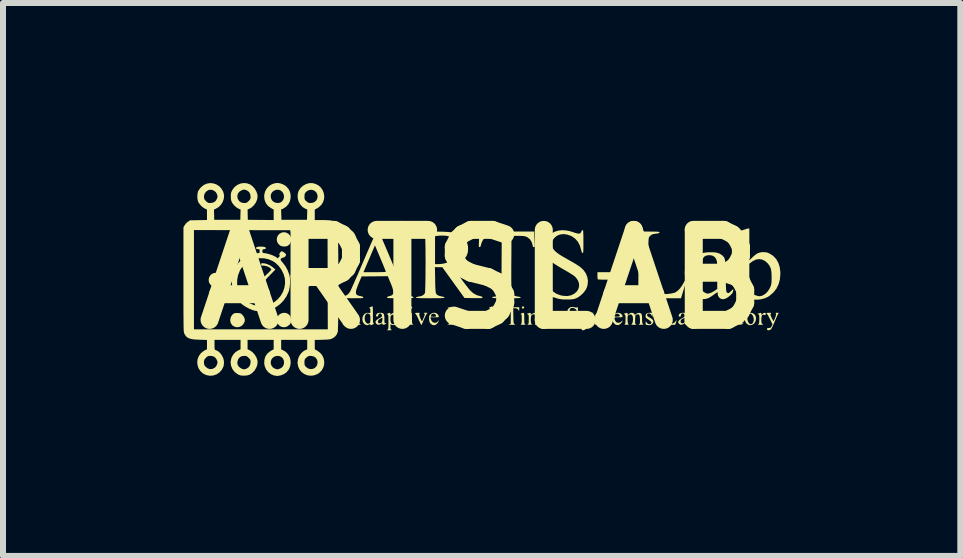
<source format=kicad_pcb>
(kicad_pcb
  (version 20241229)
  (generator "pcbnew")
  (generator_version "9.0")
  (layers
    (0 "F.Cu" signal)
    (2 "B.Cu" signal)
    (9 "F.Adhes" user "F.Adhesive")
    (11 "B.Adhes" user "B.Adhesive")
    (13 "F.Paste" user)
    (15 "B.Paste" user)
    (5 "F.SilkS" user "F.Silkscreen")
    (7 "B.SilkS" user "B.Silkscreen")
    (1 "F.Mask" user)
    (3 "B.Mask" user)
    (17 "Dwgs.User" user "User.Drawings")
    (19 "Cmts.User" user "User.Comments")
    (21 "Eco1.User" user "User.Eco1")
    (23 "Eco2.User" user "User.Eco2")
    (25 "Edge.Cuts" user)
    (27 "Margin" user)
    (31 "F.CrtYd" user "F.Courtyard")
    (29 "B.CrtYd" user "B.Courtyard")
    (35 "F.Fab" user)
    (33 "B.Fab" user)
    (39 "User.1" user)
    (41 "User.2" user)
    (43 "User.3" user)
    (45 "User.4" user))
  (footprint "ARTSLAB"
    (layer "F.Cu")
    (at 4.979 1.604)
    (property "Reference" "ARTSLAB" (at 0 0 0) (layer "F.SilkS") (effects (font (size 1.5 1.5) (thickness 0.3))))
    (attr board_only exclude_from_pos_files exclude_from_bom)
    (fp_poly (pts (xy 0.703 0.458) (xy 0.709 0.471) (xy 0.709 0.474) (xy 0.7 0.487) (xy 0.686 0.491) (xy 0.674 0.484) (xy 0.671 0.48) (xy 0.671 0.464) (xy 0.675 0.458) (xy 0.689 0.453)) (stroke (width 0) (type solid)) (fill yes) (layer "F.SilkS"))
    (fp_poly (pts (xy -1.167 0.458) (xy -1.166 0.459) (xy -1.158 0.473) (xy -1.159 0.481) (xy -1.17 0.491) (xy -1.186 0.492) (xy -1.199 0.484) (xy -1.199 0.484) (xy -1.199 0.471) (xy -1.192 0.462) (xy -1.179 0.453)) (stroke (width 0) (type solid)) (fill yes) (layer "F.SilkS"))
    (fp_poly (pts (xy 0.326 0.644) (xy 0.342 0.646) (xy 0.349 0.651) (xy 0.351 0.66) (xy 0.349 0.669) (xy 0.342 0.674) (xy 0.325 0.676) (xy 0.297 0.677) (xy 0.267 0.676) (xy 0.251 0.674) (xy 0.244 0.669) (xy 0.242 0.66) (xy 0.244 0.651) (xy 0.252 0.646) (xy 0.269 0.644) (xy 0.297 0.643)) (stroke (width 0) (type solid)) (fill yes) (layer "F.SilkS"))
    (fp_poly (pts (xy 2.356 -0.054) (xy 2.356 0.008) (xy 2.149 0.008) (xy 2.091 0.008) (xy 2.04 0.008) (xy 1.996 0.007) (xy 1.963 0.005) (xy 1.942 0.004) (xy 1.936 0.003) (xy 1.933 -0.008) (xy 1.931 -0.03) (xy 1.93 -0.06) (xy 1.93 -0.06) (xy 1.93 -0.117) (xy 2.143 -0.117) (xy 2.356 -0.117)) (stroke (width 0) (type solid)) (fill yes) (layer "F.SilkS"))
    (fp_poly (pts (xy -3.263 -0.779) (xy -3.225 -0.76) (xy -3.194 -0.728) (xy -3.194 -0.728) (xy -3.178 -0.691) (xy -3.176 -0.651) (xy -3.185 -0.612) (xy -3.205 -0.578) (xy -3.234 -0.555) (xy -3.269 -0.545) (xy -3.31 -0.545) (xy -3.347 -0.554) (xy -3.356 -0.559) (xy -3.389 -0.588) (xy -3.409 -0.622) (xy -3.416 -0.659) (xy -3.411 -0.697) (xy -3.395 -0.731) (xy -3.368 -0.759) (xy -3.332 -0.777) (xy -3.306 -0.783)) (stroke (width 0) (type solid)) (fill yes) (layer "F.SilkS"))
    (fp_poly (pts (xy -4.043 -0.78) (xy -4.007 -0.765) (xy -3.976 -0.737) (xy -3.955 -0.699) (xy -3.952 -0.689) (xy -3.946 -0.665) (xy -3.947 -0.647) (xy -3.954 -0.627) (xy -3.961 -0.613) (xy -3.988 -0.576) (xy -4.024 -0.553) (xy -4.07 -0.543) (xy -4.079 -0.543) (xy -4.108 -0.546) (xy -4.131 -0.556) (xy -4.148 -0.569) (xy -4.177 -0.604) (xy -4.191 -0.643) (xy -4.191 -0.684) (xy -4.176 -0.723) (xy -4.157 -0.747) (xy -4.121 -0.772) (xy -4.082 -0.783)) (stroke (width 0) (type solid)) (fill yes) (layer "F.SilkS"))
    (fp_poly (pts (xy -4.043 0.565) (xy -4.023 0.569) (xy -4.007 0.577) (xy -3.99 0.593) (xy -3.963 0.628) (xy -3.949 0.665) (xy -3.949 0.702) (xy -3.953 0.713) (xy -3.977 0.755) (xy -4.009 0.784) (xy -4.048 0.799) (xy -4.091 0.8) (xy -4.124 0.79) (xy -4.158 0.767) (xy -4.18 0.735) (xy -4.191 0.697) (xy -4.189 0.657) (xy -4.175 0.619) (xy -4.152 0.588) (xy -4.136 0.575) (xy -4.119 0.567) (xy -4.097 0.564) (xy -4.073 0.564)) (stroke (width 0) (type solid)) (fill yes) (layer "F.SilkS"))
    (fp_poly (pts (xy -4.413 -0.106) (xy -4.386 -0.101) (xy -4.365 -0.089) (xy -4.343 -0.068) (xy -4.324 -0.046) (xy -4.315 -0.027) (xy -4.312 -0.004) (xy -4.311 0.009) (xy -4.318 0.054) (xy -4.336 0.092) (xy -4.365 0.118) (xy -4.37 0.121) (xy -4.407 0.132) (xy -4.448 0.132) (xy -4.485 0.121) (xy -4.495 0.115) (xy -4.527 0.085) (xy -4.546 0.049) (xy -4.551 0.012) (xy -4.545 -0.024) (xy -4.529 -0.057) (xy -4.502 -0.084) (xy -4.467 -0.102) (xy -4.425 -0.107)) (stroke (width 0) (type solid)) (fill yes) (layer "F.SilkS"))
    (fp_poly (pts (xy -3.266 0.562) (xy -3.23 0.576) (xy -3.2 0.603) (xy -3.199 0.604) (xy -3.187 0.624) (xy -3.181 0.647) (xy -3.179 0.679) (xy -3.179 0.682) (xy -3.18 0.714) (xy -3.185 0.734) (xy -3.195 0.75) (xy -3.2 0.756) (xy -3.238 0.786) (xy -3.279 0.801) (xy -3.323 0.798) (xy -3.347 0.79) (xy -3.379 0.768) (xy -3.402 0.735) (xy -3.414 0.697) (xy -3.413 0.656) (xy -3.403 0.627) (xy -3.378 0.593) (xy -3.344 0.571) (xy -3.306 0.561)) (stroke (width 0) (type solid)) (fill yes) (layer "F.SilkS"))
    (fp_poly (pts (xy -2.883 -0.095) (xy -2.849 -0.07) (xy -2.832 -0.048) (xy -2.821 -0.025) (xy -2.817 0.002) (xy -2.818 0.024) (xy -2.822 0.053) (xy -2.831 0.075) (xy -2.849 0.096) (xy -2.852 0.098) (xy -2.872 0.116) (xy -2.89 0.126) (xy -2.915 0.131) (xy -2.931 0.132) (xy -2.96 0.133) (xy -2.979 0.13) (xy -2.995 0.122) (xy -3.011 0.109) (xy -3.039 0.074) (xy -3.054 0.035) (xy -3.055 -0.007) (xy -3.042 -0.046) (xy -3.032 -0.062) (xy -3 -0.091) (xy -2.962 -0.106) (xy -2.922 -0.107)) (stroke (width 0) (type solid)) (fill yes) (layer "F.SilkS"))
    (fp_poly (pts (xy 0.702 0.562) (xy 0.706 0.568) (xy 0.709 0.583) (xy 0.71 0.608) (xy 0.71 0.647) (xy 0.71 0.651) (xy 0.711 0.692) (xy 0.712 0.72) (xy 0.715 0.737) (xy 0.719 0.747) (xy 0.725 0.751) (xy 0.729 0.756) (xy 0.721 0.759) (xy 0.698 0.76) (xy 0.689 0.76) (xy 0.662 0.759) (xy 0.65 0.757) (xy 0.652 0.753) (xy 0.654 0.751) (xy 0.661 0.745) (xy 0.665 0.733) (xy 0.668 0.712) (xy 0.668 0.679) (xy 0.668 0.664) (xy 0.668 0.627) (xy 0.667 0.603) (xy 0.664 0.591) (xy 0.659 0.585) (xy 0.654 0.585) (xy 0.649 0.582) (xy 0.655 0.575) (xy 0.668 0.568) (xy 0.684 0.562) (xy 0.696 0.56)) (stroke (width 0) (type solid)) (fill yes) (layer "F.SilkS"))
    (fp_poly (pts (xy -1.166 0.568) (xy -1.163 0.589) (xy -1.162 0.62) (xy -1.161 0.652) (xy -1.161 0.692) (xy -1.16 0.719) (xy -1.158 0.736) (xy -1.154 0.745) (xy -1.147 0.75) (xy -1.143 0.752) (xy -1.136 0.756) (xy -1.144 0.758) (xy -1.166 0.759) (xy -1.178 0.759) (xy -1.203 0.758) (xy -1.219 0.757) (xy -1.22 0.754) (xy -1.22 0.754) (xy -1.208 0.748) (xy -1.201 0.737) (xy -1.197 0.717) (xy -1.195 0.687) (xy -1.195 0.662) (xy -1.195 0.628) (xy -1.197 0.606) (xy -1.201 0.594) (xy -1.208 0.588) (xy -1.213 0.586) (xy -1.224 0.581) (xy -1.222 0.577) (xy -1.206 0.57) (xy -1.203 0.57) (xy -1.183 0.563) (xy -1.169 0.56) (xy -1.168 0.56)) (stroke (width 0) (type solid)) (fill yes) (layer "F.SilkS"))
    (fp_poly (pts (xy 0.626 0.503) (xy 0.625 0.522) (xy 0.622 0.529) (xy 0.621 0.526) (xy 0.604 0.5) (xy 0.577 0.486) (xy 0.558 0.485) (xy 0.526 0.485) (xy 0.528 0.612) (xy 0.529 0.66) (xy 0.53 0.695) (xy 0.532 0.718) (xy 0.535 0.733) (xy 0.539 0.741) (xy 0.546 0.746) (xy 0.551 0.75) (xy 0.56 0.755) (xy 0.559 0.758) (xy 0.546 0.759) (xy 0.52 0.76) (xy 0.505 0.76) (xy 0.473 0.759) (xy 0.456 0.758) (xy 0.453 0.755) (xy 0.46 0.751) (xy 0.462 0.751) (xy 0.485 0.742) (xy 0.485 0.613) (xy 0.485 0.485) (xy 0.452 0.485) (xy 0.42 0.491) (xy 0.398 0.511) (xy 0.39 0.526) (xy 0.387 0.527) (xy 0.385 0.514) (xy 0.385 0.503) (xy 0.384 0.468) (xy 0.505 0.468) (xy 0.627 0.468)) (stroke (width 0) (type solid)) (fill yes) (layer "F.SilkS"))
    (fp_poly (pts (xy 0.181 0.459) (xy 0.182 0.481) (xy 0.183 0.514) (xy 0.184 0.556) (xy 0.184 0.598) (xy 0.184 0.65) (xy 0.184 0.689) (xy 0.185 0.715) (xy 0.187 0.732) (xy 0.19 0.742) (xy 0.195 0.748) (xy 0.202 0.751) (xy 0.203 0.752) (xy 0.209 0.756) (xy 0.202 0.758) (xy 0.18 0.759) (xy 0.167 0.76) (xy 0.138 0.759) (xy 0.125 0.757) (xy 0.125 0.753) (xy 0.127 0.751) (xy 0.133 0.746) (xy 0.137 0.737) (xy 0.14 0.722) (xy 0.141 0.697) (xy 0.142 0.661) (xy 0.142 0.614) (xy 0.142 0.565) (xy 0.141 0.53) (xy 0.14 0.507) (xy 0.137 0.493) (xy 0.133 0.485) (xy 0.128 0.482) (xy 0.127 0.482) (xy 0.122 0.478) (xy 0.131 0.471) (xy 0.144 0.465) (xy 0.164 0.456) (xy 0.178 0.452) (xy 0.179 0.451)) (stroke (width 0) (type solid)) (fill yes) (layer "F.SilkS"))
    (fp_poly (pts (xy 2.113 0.528) (xy 2.115 0.549) (xy 2.121 0.558) (xy 2.134 0.56) (xy 2.152 0.563) (xy 2.16 0.568) (xy 2.157 0.574) (xy 2.14 0.577) (xy 2.139 0.577) (xy 2.114 0.577) (xy 2.114 0.652) (xy 2.114 0.69) (xy 2.117 0.714) (xy 2.121 0.727) (xy 2.127 0.732) (xy 2.143 0.732) (xy 2.152 0.727) (xy 2.162 0.721) (xy 2.164 0.726) (xy 2.158 0.737) (xy 2.149 0.747) (xy 2.126 0.759) (xy 2.103 0.758) (xy 2.09 0.75) (xy 2.085 0.736) (xy 2.082 0.706) (xy 2.08 0.663) (xy 2.08 0.658) (xy 2.08 0.621) (xy 2.079 0.597) (xy 2.077 0.584) (xy 2.072 0.578) (xy 2.064 0.577) (xy 2.063 0.577) (xy 2.051 0.576) (xy 2.051 0.571) (xy 2.063 0.56) (xy 2.065 0.558) (xy 2.084 0.537) (xy 2.099 0.518) (xy 2.113 0.497)) (stroke (width 0) (type solid)) (fill yes) (layer "F.SilkS"))
    (fp_poly (pts (xy 3.096 0.47) (xy 3.116 0.471) (xy 3.123 0.473) (xy 3.121 0.474) (xy 3.106 0.478) (xy 3.096 0.485) (xy 3.09 0.497) (xy 3.086 0.517) (xy 3.084 0.547) (xy 3.083 0.589) (xy 3.083 0.614) (xy 3.083 0.663) (xy 3.084 0.698) (xy 3.087 0.721) (xy 3.094 0.735) (xy 3.104 0.741) (xy 3.12 0.743) (xy 3.142 0.744) (xy 3.183 0.739) (xy 3.213 0.724) (xy 3.234 0.7) (xy 3.245 0.683) (xy 3.249 0.68) (xy 3.248 0.689) (xy 3.247 0.695) (xy 3.24 0.721) (xy 3.234 0.739) (xy 3.226 0.76) (xy 3.11 0.76) (xy 3.065 0.76) (xy 3.034 0.759) (xy 3.017 0.758) (xy 3.01 0.755) (xy 3.012 0.752) (xy 3.016 0.75) (xy 3.037 0.739) (xy 3.037 0.61) (xy 3.037 0.481) (xy 3.016 0.475) (xy 3.014 0.473) (xy 3.026 0.471) (xy 3.051 0.47) (xy 3.066 0.47)) (stroke (width 0) (type solid)) (fill yes) (layer "F.SilkS"))
    (fp_poly (pts (xy -1.297 0.508) (xy -1.296 0.526) (xy -1.296 0.528) (xy -1.294 0.549) (xy -1.287 0.558) (xy -1.275 0.56) (xy -1.257 0.563) (xy -1.249 0.568) (xy -1.252 0.574) (xy -1.269 0.577) (xy -1.27 0.577) (xy -1.295 0.577) (xy -1.295 0.652) (xy -1.294 0.69) (xy -1.292 0.714) (xy -1.288 0.727) (xy -1.282 0.732) (xy -1.266 0.732) (xy -1.257 0.727) (xy -1.247 0.721) (xy -1.245 0.726) (xy -1.251 0.737) (xy -1.26 0.747) (xy -1.283 0.759) (xy -1.306 0.758) (xy -1.318 0.75) (xy -1.324 0.736) (xy -1.327 0.706) (xy -1.328 0.663) (xy -1.328 0.658) (xy -1.329 0.621) (xy -1.33 0.597) (xy -1.332 0.584) (xy -1.337 0.578) (xy -1.345 0.577) (xy -1.346 0.577) (xy -1.356 0.576) (xy -1.356 0.57) (xy -1.345 0.558) (xy -1.34 0.553) (xy -1.322 0.534) (xy -1.307 0.516) (xy -1.306 0.514) (xy -1.3 0.505)) (stroke (width 0) (type solid)) (fill yes) (layer "F.SilkS"))
    (fp_poly (pts (xy 3.828 0.567) (xy 3.856 0.586) (xy 3.875 0.614) (xy 3.884 0.647) (xy 3.882 0.683) (xy 3.869 0.717) (xy 3.845 0.746) (xy 3.821 0.76) (xy 3.789 0.766) (xy 3.76 0.763) (xy 3.755 0.761) (xy 3.725 0.74) (xy 3.706 0.709) (xy 3.697 0.671) (xy 3.7 0.644) (xy 3.735 0.644) (xy 3.738 0.678) (xy 3.748 0.709) (xy 3.765 0.734) (xy 3.786 0.749) (xy 3.8 0.752) (xy 3.813 0.746) (xy 3.828 0.734) (xy 3.837 0.722) (xy 3.842 0.707) (xy 3.843 0.684) (xy 3.842 0.662) (xy 3.839 0.631) (xy 3.834 0.611) (xy 3.824 0.596) (xy 3.815 0.588) (xy 3.795 0.573) (xy 3.78 0.57) (xy 3.765 0.58) (xy 3.755 0.589) (xy 3.74 0.613) (xy 3.735 0.644) (xy 3.7 0.644) (xy 3.702 0.632) (xy 3.706 0.62) (xy 3.726 0.586) (xy 3.753 0.567) (xy 3.791 0.56) (xy 3.793 0.56)) (stroke (width 0) (type solid)) (fill yes) (layer "F.SilkS"))
    (fp_poly (pts (xy 4.521 0.567) (xy 4.549 0.587) (xy 4.567 0.616) (xy 4.574 0.652) (xy 4.568 0.691) (xy 4.563 0.706) (xy 4.546 0.735) (xy 4.525 0.752) (xy 4.517 0.756) (xy 4.491 0.766) (xy 4.471 0.767) (xy 4.449 0.761) (xy 4.439 0.756) (xy 4.412 0.736) (xy 4.395 0.707) (xy 4.387 0.672) (xy 4.389 0.653) (xy 4.429 0.653) (xy 4.43 0.669) (xy 4.438 0.705) (xy 4.453 0.731) (xy 4.471 0.747) (xy 4.492 0.75) (xy 4.512 0.739) (xy 4.515 0.736) (xy 4.53 0.711) (xy 4.536 0.681) (xy 4.534 0.649) (xy 4.525 0.619) (xy 4.511 0.594) (xy 4.493 0.577) (xy 4.472 0.571) (xy 4.457 0.575) (xy 4.44 0.59) (xy 4.43 0.615) (xy 4.429 0.653) (xy 4.389 0.653) (xy 4.39 0.635) (xy 4.404 0.601) (xy 4.428 0.574) (xy 4.43 0.573) (xy 4.45 0.565) (xy 4.477 0.56) (xy 4.485 0.56)) (stroke (width 0) (type solid)) (fill yes) (layer "F.SilkS"))
    (fp_poly (pts (xy 2.849 0.595) (xy 2.848 0.631) (xy 2.835 0.604) (xy 2.816 0.579) (xy 2.792 0.57) (xy 2.774 0.572) (xy 2.76 0.585) (xy 2.757 0.598) (xy 2.761 0.612) (xy 2.774 0.625) (xy 2.799 0.639) (xy 2.836 0.662) (xy 2.857 0.685) (xy 2.862 0.71) (xy 2.858 0.726) (xy 2.841 0.749) (xy 2.815 0.764) (xy 2.792 0.767) (xy 2.773 0.765) (xy 2.755 0.763) (xy 2.741 0.759) (xy 2.734 0.75) (xy 2.733 0.73) (xy 2.733 0.724) (xy 2.734 0.706) (xy 2.737 0.7) (xy 2.738 0.702) (xy 2.753 0.727) (xy 2.774 0.744) (xy 2.797 0.751) (xy 2.817 0.746) (xy 2.824 0.74) (xy 2.831 0.725) (xy 2.826 0.711) (xy 2.808 0.693) (xy 2.778 0.672) (xy 2.753 0.655) (xy 2.739 0.642) (xy 2.733 0.629) (xy 2.732 0.615) (xy 2.737 0.587) (xy 2.754 0.57) (xy 2.784 0.561) (xy 2.806 0.56) (xy 2.849 0.56)) (stroke (width 0) (type solid)) (fill yes) (layer "F.SilkS"))
    (fp_poly (pts (xy 4.734 0.565) (xy 4.737 0.576) (xy 4.732 0.594) (xy 4.718 0.598) (xy 4.705 0.594) (xy 4.687 0.591) (xy 4.673 0.603) (xy 4.665 0.631) (xy 4.662 0.674) (xy 4.662 0.675) (xy 4.663 0.707) (xy 4.666 0.727) (xy 4.671 0.739) (xy 4.681 0.747) (xy 4.69 0.754) (xy 4.69 0.758) (xy 4.678 0.76) (xy 4.653 0.76) (xy 4.645 0.76) (xy 4.62 0.759) (xy 4.605 0.757) (xy 4.604 0.754) (xy 4.604 0.754) (xy 4.615 0.748) (xy 4.623 0.737) (xy 4.627 0.717) (xy 4.628 0.687) (xy 4.629 0.662) (xy 4.628 0.628) (xy 4.627 0.606) (xy 4.623 0.594) (xy 4.616 0.588) (xy 4.611 0.586) (xy 4.6 0.581) (xy 4.602 0.577) (xy 4.618 0.57) (xy 4.62 0.57) (xy 4.644 0.562) (xy 4.657 0.561) (xy 4.662 0.569) (xy 4.662 0.578) (xy 4.662 0.596) (xy 4.682 0.578) (xy 4.702 0.564) (xy 4.721 0.56)) (stroke (width 0) (type solid)) (fill yes) (layer "F.SilkS"))
    (fp_poly (pts (xy 2.014 0.594) (xy 2.014 0.629) (xy 1.995 0.601) (xy 1.973 0.578) (xy 1.951 0.57) (xy 1.931 0.577) (xy 1.927 0.58) (xy 1.918 0.596) (xy 1.924 0.612) (xy 1.945 0.629) (xy 1.963 0.639) (xy 1.996 0.658) (xy 2.015 0.675) (xy 2.023 0.695) (xy 2.024 0.707) (xy 2.017 0.734) (xy 1.996 0.753) (xy 1.964 0.763) (xy 1.922 0.764) (xy 1.915 0.763) (xy 1.898 0.759) (xy 1.891 0.751) (xy 1.889 0.734) (xy 1.889 0.724) (xy 1.89 0.703) (xy 1.892 0.697) (xy 1.898 0.703) (xy 1.899 0.705) (xy 1.922 0.734) (xy 1.946 0.75) (xy 1.969 0.752) (xy 1.988 0.74) (xy 1.988 0.74) (xy 1.995 0.726) (xy 1.991 0.711) (xy 1.973 0.694) (xy 1.944 0.674) (xy 1.912 0.65) (xy 1.895 0.629) (xy 1.891 0.609) (xy 1.897 0.591) (xy 1.909 0.574) (xy 1.922 0.565) (xy 1.944 0.561) (xy 1.97 0.56) (xy 2.014 0.56)) (stroke (width 0) (type solid)) (fill yes) (layer "F.SilkS"))
    (fp_poly (pts (xy 4.047 0.569) (xy 4.049 0.573) (xy 4.05 0.59) (xy 4.039 0.597) (xy 4.021 0.594) (xy 4.018 0.593) (xy 4.001 0.588) (xy 3.989 0.597) (xy 3.981 0.619) (xy 3.977 0.656) (xy 3.977 0.679) (xy 3.978 0.712) (xy 3.979 0.732) (xy 3.984 0.744) (xy 3.991 0.75) (xy 3.996 0.752) (xy 4.002 0.756) (xy 3.995 0.758) (xy 3.973 0.759) (xy 3.96 0.76) (xy 3.932 0.759) (xy 3.918 0.757) (xy 3.918 0.753) (xy 3.921 0.751) (xy 3.928 0.745) (xy 3.932 0.733) (xy 3.934 0.712) (xy 3.935 0.679) (xy 3.935 0.664) (xy 3.935 0.627) (xy 3.934 0.603) (xy 3.931 0.591) (xy 3.925 0.585) (xy 3.921 0.585) (xy 3.913 0.583) (xy 3.92 0.576) (xy 3.927 0.572) (xy 3.952 0.562) (xy 3.969 0.562) (xy 3.977 0.572) (xy 3.977 0.574) (xy 3.978 0.583) (xy 3.985 0.58) (xy 3.992 0.574) (xy 4.012 0.562) (xy 4.033 0.561)) (stroke (width 0) (type solid)) (fill yes) (layer "F.SilkS"))
    (fp_poly (pts (xy 4.317 0.509) (xy 4.32 0.527) (xy 4.32 0.531) (xy 4.321 0.55) (xy 4.328 0.558) (xy 4.341 0.56) (xy 4.356 0.563) (xy 4.361 0.568) (xy 4.354 0.574) (xy 4.341 0.577) (xy 4.331 0.577) (xy 4.325 0.581) (xy 4.321 0.591) (xy 4.32 0.61) (xy 4.32 0.642) (xy 4.32 0.656) (xy 4.32 0.693) (xy 4.321 0.716) (xy 4.324 0.729) (xy 4.329 0.734) (xy 4.335 0.735) (xy 4.354 0.73) (xy 4.361 0.725) (xy 4.367 0.721) (xy 4.363 0.73) (xy 4.36 0.735) (xy 4.344 0.75) (xy 4.323 0.758) (xy 4.302 0.759) (xy 4.289 0.75) (xy 4.286 0.738) (xy 4.283 0.713) (xy 4.28 0.679) (xy 4.279 0.658) (xy 4.277 0.62) (xy 4.275 0.595) (xy 4.271 0.582) (xy 4.265 0.577) (xy 4.263 0.577) (xy 4.258 0.573) (xy 4.266 0.56) (xy 4.276 0.549) (xy 4.292 0.53) (xy 4.302 0.515) (xy 4.303 0.511) (xy 4.308 0.502) (xy 4.311 0.501)) (stroke (width 0) (type solid)) (fill yes) (layer "F.SilkS"))
    (fp_poly (pts (xy -0.917 0.58) (xy -0.927 0.596) (xy -0.941 0.624) (xy -0.956 0.657) (xy -0.965 0.678) (xy -0.979 0.712) (xy -0.991 0.739) (xy -1 0.758) (xy -1.003 0.763) (xy -1.008 0.758) (xy -1.018 0.741) (xy -1.032 0.714) (xy -1.048 0.679) (xy -1.049 0.676) (xy -1.065 0.64) (xy -1.08 0.61) (xy -1.093 0.588) (xy -1.1 0.579) (xy -1.1 0.579) (xy -1.111 0.572) (xy -1.108 0.565) (xy -1.091 0.561) (xy -1.068 0.56) (xy -1.044 0.56) (xy -1.033 0.563) (xy -1.033 0.569) (xy -1.036 0.573) (xy -1.041 0.582) (xy -1.04 0.596) (xy -1.033 0.619) (xy -1.024 0.644) (xy -1.012 0.672) (xy -1.002 0.692) (xy -0.996 0.702) (xy -0.996 0.702) (xy -0.99 0.695) (xy -0.981 0.676) (xy -0.969 0.648) (xy -0.967 0.641) (xy -0.955 0.611) (xy -0.949 0.592) (xy -0.949 0.581) (xy -0.954 0.574) (xy -0.958 0.57) (xy -0.965 0.564) (xy -0.96 0.561) (xy -0.942 0.56) (xy -0.937 0.56) (xy -0.901 0.56)) (stroke (width 0) (type solid)) (fill yes) (layer "F.SilkS"))
    (fp_poly (pts (xy -0.156 0.564) (xy -0.141 0.571) (xy -0.126 0.587) (xy -0.114 0.608) (xy -0.109 0.626) (xy -0.117 0.631) (xy -0.139 0.634) (xy -0.175 0.635) (xy -0.175 0.635) (xy -0.242 0.635) (xy -0.242 0.659) (xy -0.236 0.689) (xy -0.218 0.711) (xy -0.194 0.725) (xy -0.167 0.728) (xy -0.142 0.719) (xy -0.126 0.704) (xy -0.114 0.69) (xy -0.109 0.689) (xy -0.112 0.7) (xy -0.122 0.72) (xy -0.125 0.725) (xy -0.15 0.753) (xy -0.181 0.766) (xy -0.214 0.763) (xy -0.221 0.761) (xy -0.247 0.742) (xy -0.264 0.713) (xy -0.274 0.678) (xy -0.275 0.642) (xy -0.267 0.61) (xy -0.242 0.61) (xy -0.24 0.62) (xy -0.231 0.625) (xy -0.21 0.627) (xy -0.201 0.627) (xy -0.175 0.626) (xy -0.163 0.622) (xy -0.159 0.614) (xy -0.159 0.61) (xy -0.165 0.594) (xy -0.18 0.58) (xy -0.196 0.571) (xy -0.209 0.573) (xy -0.221 0.58) (xy -0.237 0.595) (xy -0.242 0.61) (xy -0.267 0.61) (xy -0.267 0.608) (xy -0.25 0.58) (xy -0.234 0.568) (xy -0.212 0.562) (xy -0.183 0.56)) (stroke (width 0) (type solid)) (fill yes) (layer "F.SilkS"))
    (fp_poly (pts (xy -0.761 0.565) (xy -0.735 0.582) (xy -0.718 0.61) (xy -0.716 0.616) (xy -0.715 0.625) (xy -0.718 0.631) (xy -0.729 0.634) (xy -0.75 0.635) (xy -0.783 0.635) (xy -0.854 0.635) (xy -0.848 0.662) (xy -0.835 0.695) (xy -0.813 0.718) (xy -0.785 0.727) (xy -0.782 0.727) (xy -0.756 0.724) (xy -0.738 0.712) (xy -0.729 0.698) (xy -0.719 0.681) (xy -0.719 0.698) (xy -0.726 0.72) (xy -0.744 0.743) (xy -0.766 0.759) (xy -0.789 0.767) (xy -0.813 0.765) (xy -0.824 0.76) (xy -0.853 0.74) (xy -0.871 0.708) (xy -0.877 0.663) (xy -0.877 0.658) (xy -0.876 0.629) (xy -0.874 0.618) (xy -0.848 0.618) (xy -0.846 0.621) (xy -0.836 0.624) (xy -0.814 0.626) (xy -0.801 0.627) (xy -0.776 0.626) (xy -0.764 0.622) (xy -0.76 0.613) (xy -0.76 0.61) (xy -0.768 0.591) (xy -0.785 0.578) (xy -0.806 0.573) (xy -0.818 0.576) (xy -0.834 0.589) (xy -0.845 0.605) (xy -0.848 0.618) (xy -0.874 0.618) (xy -0.872 0.609) (xy -0.862 0.593) (xy -0.853 0.584) (xy -0.824 0.565) (xy -0.792 0.558)) (stroke (width 0) (type solid)) (fill yes) (layer "F.SilkS"))
    (fp_poly (pts (xy 1.225 0.561) (xy 1.24 0.565) (xy 1.253 0.576) (xy 1.267 0.596) (xy 1.277 0.616) (xy 1.278 0.626) (xy 1.27 0.631) (xy 1.248 0.634) (xy 1.213 0.635) (xy 1.212 0.635) (xy 1.145 0.635) (xy 1.145 0.66) (xy 1.152 0.689) (xy 1.169 0.711) (xy 1.194 0.724) (xy 1.221 0.727) (xy 1.246 0.718) (xy 1.261 0.704) (xy 1.273 0.69) (xy 1.278 0.689) (xy 1.275 0.7) (xy 1.265 0.72) (xy 1.262 0.725) (xy 1.24 0.75) (xy 1.212 0.765) (xy 1.192 0.768) (xy 1.178 0.764) (xy 1.159 0.756) (xy 1.133 0.732) (xy 1.117 0.7) (xy 1.111 0.663) (xy 1.116 0.626) (xy 1.124 0.61) (xy 1.145 0.61) (xy 1.147 0.62) (xy 1.156 0.625) (xy 1.177 0.627) (xy 1.186 0.627) (xy 1.212 0.626) (xy 1.224 0.622) (xy 1.228 0.614) (xy 1.228 0.61) (xy 1.222 0.594) (xy 1.207 0.58) (xy 1.191 0.571) (xy 1.178 0.573) (xy 1.166 0.58) (xy 1.15 0.595) (xy 1.145 0.61) (xy 1.124 0.61) (xy 1.133 0.592) (xy 1.153 0.571) (xy 1.171 0.563) (xy 1.197 0.56)) (stroke (width 0) (type solid)) (fill yes) (layer "F.SilkS"))
    (fp_poly (pts (xy -3.609 -0.262) (xy -3.561 -0.246) (xy -3.515 -0.223) (xy -3.479 -0.197) (xy -3.438 -0.161) (xy -3.528 -0.069) (xy -3.563 -0.033) (xy -3.588 -0.006) (xy -3.604 0.014) (xy -3.613 0.029) (xy -3.617 0.041) (xy -3.618 0.049) (xy -3.625 0.079) (xy -3.645 0.099) (xy -3.674 0.108) (xy -3.679 0.109) (xy -3.709 0.115) (xy -3.723 0.126) (xy -3.747 0.147) (xy -3.766 0.153) (xy -3.775 0.148) (xy -3.783 0.138) (xy -3.783 0.128) (xy -3.773 0.112) (xy -3.762 0.099) (xy -3.747 0.076) (xy -3.738 0.053) (xy -3.738 0.048) (xy -3.729 0.019) (xy -3.708 -0.002) (xy -3.679 -0.011) (xy -3.678 -0.011) (xy -3.664 -0.015) (xy -3.646 -0.026) (xy -3.622 -0.045) (xy -3.589 -0.074) (xy -3.576 -0.086) (xy -3.545 -0.116) (xy -3.524 -0.138) (xy -3.511 -0.152) (xy -3.507 -0.161) (xy -3.508 -0.169) (xy -3.514 -0.176) (xy -3.515 -0.177) (xy -3.543 -0.199) (xy -3.581 -0.216) (xy -3.623 -0.225) (xy -3.637 -0.225) (xy -3.661 -0.226) (xy -3.672 -0.23) (xy -3.676 -0.239) (xy -3.676 -0.246) (xy -3.673 -0.262) (xy -3.662 -0.267) (xy -3.652 -0.267)) (stroke (width 0) (type solid)) (fill yes) (layer "F.SilkS"))
    (fp_poly (pts (xy 1.847 0.587) (xy 1.838 0.605) (xy 1.824 0.635) (xy 1.808 0.672) (xy 1.792 0.713) (xy 1.791 0.714) (xy 1.774 0.754) (xy 1.758 0.79) (xy 1.744 0.817) (xy 1.733 0.833) (xy 1.732 0.833) (xy 1.712 0.847) (xy 1.691 0.852) (xy 1.673 0.848) (xy 1.666 0.84) (xy 1.665 0.823) (xy 1.678 0.814) (xy 1.698 0.813) (xy 1.717 0.812) (xy 1.729 0.803) (xy 1.742 0.784) (xy 1.759 0.752) (xy 1.715 0.664) (xy 1.697 0.63) (xy 1.681 0.602) (xy 1.669 0.583) (xy 1.663 0.577) (xy 1.655 0.57) (xy 1.654 0.568) (xy 1.662 0.563) (xy 1.681 0.56) (xy 1.696 0.56) (xy 1.721 0.56) (xy 1.731 0.563) (xy 1.732 0.569) (xy 1.728 0.576) (xy 1.723 0.587) (xy 1.725 0.602) (xy 1.733 0.624) (xy 1.742 0.644) (xy 1.755 0.67) (xy 1.766 0.689) (xy 1.772 0.698) (xy 1.777 0.692) (xy 1.787 0.675) (xy 1.798 0.649) (xy 1.8 0.643) (xy 1.812 0.611) (xy 1.817 0.591) (xy 1.816 0.578) (xy 1.813 0.572) (xy 1.809 0.564) (xy 1.816 0.56) (xy 1.833 0.56) (xy 1.863 0.56)) (stroke (width 0) (type solid)) (fill yes) (layer "F.SilkS"))
    (fp_poly (pts (xy 2.303 0.566) (xy 2.329 0.581) (xy 2.345 0.603) (xy 2.348 0.618) (xy 2.347 0.626) (xy 2.34 0.632) (xy 2.326 0.634) (xy 2.3 0.635) (xy 2.281 0.635) (xy 2.248 0.635) (xy 2.228 0.637) (xy 2.218 0.641) (xy 2.214 0.647) (xy 2.214 0.652) (xy 2.219 0.675) (xy 2.23 0.699) (xy 2.245 0.717) (xy 2.252 0.722) (xy 2.285 0.727) (xy 2.314 0.719) (xy 2.331 0.705) (xy 2.342 0.692) (xy 2.347 0.693) (xy 2.348 0.696) (xy 2.341 0.715) (xy 2.324 0.735) (xy 2.302 0.753) (xy 2.28 0.764) (xy 2.277 0.765) (xy 2.245 0.762) (xy 2.225 0.753) (xy 2.199 0.728) (xy 2.185 0.697) (xy 2.182 0.663) (xy 2.188 0.629) (xy 2.194 0.616) (xy 2.214 0.616) (xy 2.221 0.622) (xy 2.239 0.625) (xy 2.262 0.625) (xy 2.284 0.623) (xy 2.3 0.618) (xy 2.303 0.614) (xy 2.301 0.598) (xy 2.287 0.584) (xy 2.267 0.575) (xy 2.26 0.574) (xy 2.236 0.581) (xy 2.219 0.598) (xy 2.214 0.616) (xy 2.194 0.616) (xy 2.203 0.598) (xy 2.226 0.574) (xy 2.257 0.561) (xy 2.272 0.56)) (stroke (width 0) (type solid)) (fill yes) (layer "F.SilkS"))
    (fp_poly (pts (xy 4.946 0.56) (xy 4.952 0.564) (xy 4.947 0.572) (xy 4.945 0.574) (xy 4.937 0.587) (xy 4.925 0.612) (xy 4.91 0.647) (xy 4.893 0.687) (xy 4.884 0.709) (xy 4.864 0.755) (xy 4.846 0.794) (xy 4.831 0.823) (xy 4.82 0.838) (xy 4.818 0.84) (xy 4.796 0.85) (xy 4.775 0.851) (xy 4.76 0.844) (xy 4.757 0.84) (xy 4.757 0.823) (xy 4.77 0.814) (xy 4.79 0.813) (xy 4.808 0.812) (xy 4.821 0.803) (xy 4.833 0.784) (xy 4.849 0.754) (xy 4.806 0.665) (xy 4.789 0.631) (xy 4.773 0.602) (xy 4.761 0.583) (xy 4.754 0.577) (xy 4.746 0.57) (xy 4.746 0.568) (xy 4.753 0.563) (xy 4.773 0.56) (xy 4.788 0.56) (xy 4.812 0.56) (xy 4.823 0.563) (xy 4.823 0.569) (xy 4.819 0.576) (xy 4.815 0.587) (xy 4.816 0.602) (xy 4.825 0.624) (xy 4.834 0.644) (xy 4.847 0.67) (xy 4.857 0.689) (xy 4.863 0.698) (xy 4.869 0.692) (xy 4.878 0.675) (xy 4.889 0.649) (xy 4.892 0.643) (xy 4.903 0.611) (xy 4.908 0.591) (xy 4.908 0.578) (xy 4.904 0.572) (xy 4.9 0.564) (xy 4.907 0.561) (xy 4.926 0.56)) (stroke (width 0) (type solid)) (fill yes) (layer "F.SilkS"))
    (fp_poly (pts (xy -2.163 0.474) (xy -2.152 0.494) (xy -2.138 0.525) (xy -2.121 0.563) (xy -2.108 0.595) (xy -2.086 0.645) (xy -2.066 0.687) (xy -2.049 0.719) (xy -2.036 0.739) (xy -2.034 0.742) (xy -2.013 0.76) (xy -2.074 0.76) (xy -2.104 0.759) (xy -2.119 0.757) (xy -2.12 0.754) (xy -2.116 0.752) (xy -2.103 0.745) (xy -2.098 0.735) (xy -2.101 0.718) (xy -2.111 0.694) (xy -2.124 0.66) (xy -2.181 0.66) (xy -2.237 0.66) (xy -2.251 0.694) (xy -2.261 0.72) (xy -2.263 0.736) (xy -2.258 0.746) (xy -2.245 0.752) (xy -2.238 0.756) (xy -2.244 0.758) (xy -2.265 0.76) (xy -2.276 0.76) (xy -2.303 0.76) (xy -2.315 0.758) (xy -2.316 0.755) (xy -2.308 0.747) (xy -2.306 0.745) (xy -2.297 0.733) (xy -2.283 0.708) (xy -2.265 0.673) (xy -2.251 0.643) (xy -2.23 0.643) (xy -2.181 0.643) (xy -2.132 0.643) (xy -2.154 0.589) (xy -2.165 0.563) (xy -2.175 0.546) (xy -2.181 0.541) (xy -2.182 0.541) (xy -2.188 0.551) (xy -2.198 0.573) (xy -2.209 0.595) (xy -2.23 0.643) (xy -2.251 0.643) (xy -2.246 0.631) (xy -2.231 0.599) (xy -2.213 0.556) (xy -2.196 0.518) (xy -2.182 0.489) (xy -2.172 0.472) (xy -2.168 0.467)) (stroke (width 0) (type solid)) (fill yes) (layer "F.SilkS"))
    (fp_poly (pts (xy 1.547 0.467) (xy 1.572 0.473) (xy 1.587 0.471) (xy 1.592 0.467) (xy 1.599 0.464) (xy 1.602 0.47) (xy 1.604 0.488) (xy 1.604 0.511) (xy 1.603 0.564) (xy 1.588 0.53) (xy 1.57 0.503) (xy 1.545 0.485) (xy 1.518 0.478) (xy 1.493 0.481) (xy 1.474 0.496) (xy 1.47 0.502) (xy 1.465 0.521) (xy 1.471 0.54) (xy 1.491 0.56) (xy 1.523 0.582) (xy 1.565 0.608) (xy 1.594 0.63) (xy 1.611 0.65) (xy 1.619 0.669) (xy 1.621 0.685) (xy 1.614 0.72) (xy 1.594 0.746) (xy 1.564 0.762) (xy 1.526 0.766) (xy 1.492 0.76) (xy 1.466 0.755) (xy 1.451 0.755) (xy 1.441 0.76) (xy 1.434 0.764) (xy 1.431 0.759) (xy 1.429 0.742) (xy 1.429 0.72) (xy 1.43 0.688) (xy 1.434 0.672) (xy 1.44 0.671) (xy 1.447 0.687) (xy 1.45 0.696) (xy 1.465 0.722) (xy 1.489 0.741) (xy 1.517 0.749) (xy 1.545 0.746) (xy 1.569 0.732) (xy 1.575 0.723) (xy 1.583 0.706) (xy 1.58 0.689) (xy 1.566 0.67) (xy 1.539 0.648) (xy 1.513 0.631) (xy 1.484 0.611) (xy 1.459 0.592) (xy 1.444 0.577) (xy 1.442 0.575) (xy 1.43 0.545) (xy 1.433 0.514) (xy 1.449 0.489) (xy 1.48 0.467) (xy 1.516 0.462)) (stroke (width 0) (type solid)) (fill yes) (layer "F.SilkS"))
    (fp_poly (pts (xy 3.524 0.459) (xy 3.525 0.48) (xy 3.526 0.509) (xy 3.526 0.524) (xy 3.526 0.596) (xy 3.545 0.578) (xy 3.573 0.562) (xy 3.603 0.561) (xy 3.632 0.575) (xy 3.639 0.582) (xy 3.653 0.602) (xy 3.66 0.626) (xy 3.661 0.66) (xy 3.66 0.673) (xy 3.65 0.709) (xy 3.627 0.738) (xy 3.596 0.757) (xy 3.561 0.765) (xy 3.524 0.758) (xy 3.52 0.757) (xy 3.493 0.744) (xy 3.493 0.672) (xy 3.526 0.672) (xy 3.526 0.704) (xy 3.529 0.723) (xy 3.534 0.734) (xy 3.543 0.741) (xy 3.545 0.742) (xy 3.563 0.75) (xy 3.576 0.751) (xy 3.588 0.747) (xy 3.605 0.732) (xy 3.618 0.707) (xy 3.625 0.674) (xy 3.626 0.66) (xy 3.622 0.63) (xy 3.607 0.607) (xy 3.606 0.605) (xy 3.585 0.589) (xy 3.567 0.587) (xy 3.545 0.597) (xy 3.544 0.598) (xy 3.535 0.607) (xy 3.529 0.619) (xy 3.527 0.639) (xy 3.526 0.672) (xy 3.493 0.672) (xy 3.493 0.618) (xy 3.492 0.57) (xy 3.492 0.536) (xy 3.491 0.513) (xy 3.488 0.499) (xy 3.484 0.491) (xy 3.478 0.487) (xy 3.474 0.485) (xy 3.463 0.48) (xy 3.464 0.476) (xy 3.478 0.469) (xy 3.487 0.465) (xy 3.508 0.456) (xy 3.521 0.452) (xy 3.523 0.451)) (stroke (width 0) (type solid)) (fill yes) (layer "F.SilkS"))
    (fp_poly (pts (xy 0.028 0.562) (xy 0.047 0.57) (xy 0.059 0.587) (xy 0.065 0.615) (xy 0.067 0.656) (xy 0.067 0.667) (xy 0.067 0.701) (xy 0.068 0.721) (xy 0.071 0.731) (xy 0.077 0.733) (xy 0.086 0.731) (xy 0.098 0.727) (xy 0.099 0.731) (xy 0.089 0.743) (xy 0.072 0.755) (xy 0.053 0.76) (xy 0.039 0.757) (xy 0.033 0.748) (xy 0.03 0.737) (xy 0.018 0.739) (xy 0.005 0.748) (xy -0.021 0.759) (xy -0.047 0.758) (xy -0.068 0.745) (xy -0.071 0.742) (xy -0.08 0.723) (xy -0.084 0.709) (xy -0.08 0.701) (xy -0.042 0.701) (xy -0.04 0.72) (xy -0.036 0.73) (xy -0.022 0.735) (xy 0.000057 0.734) (xy 0.012 0.73) (xy 0.021 0.721) (xy 0.025 0.7) (xy 0.025 0.684) (xy 0.025 0.643) (xy -0.008 0.66) (xy -0.03 0.673) (xy -0.04 0.687) (xy -0.042 0.701) (xy -0.08 0.701) (xy -0.077 0.693) (xy -0.058 0.674) (xy -0.033 0.656) (xy -0.005 0.642) (xy -0.004 0.642) (xy 0.016 0.632) (xy 0.024 0.619) (xy 0.025 0.609) (xy 0.019 0.585) (xy 0.006 0.571) (xy -0.012 0.57) (xy -0.028 0.581) (xy -0.037 0.6) (xy -0.047 0.618) (xy -0.059 0.625) (xy -0.07 0.618) (xy -0.074 0.608) (xy -0.07 0.588) (xy -0.053 0.572) (xy -0.025 0.562) (xy -0.000474 0.56)) (stroke (width 0) (type solid)) (fill yes) (layer "F.SilkS"))
    (fp_poly (pts (xy 3.386 0.562) (xy 3.406 0.57) (xy 3.417 0.587) (xy 3.424 0.615) (xy 3.426 0.656) (xy 3.426 0.667) (xy 3.426 0.701) (xy 3.427 0.721) (xy 3.43 0.731) (xy 3.436 0.733) (xy 3.444 0.731) (xy 3.457 0.727) (xy 3.457 0.731) (xy 3.447 0.743) (xy 3.431 0.755) (xy 3.412 0.76) (xy 3.398 0.757) (xy 3.392 0.748) (xy 3.389 0.737) (xy 3.377 0.739) (xy 3.363 0.748) (xy 3.337 0.76) (xy 3.31 0.757) (xy 3.289 0.742) (xy 3.286 0.738) (xy 3.277 0.721) (xy 3.278 0.706) (xy 3.281 0.701) (xy 3.317 0.701) (xy 3.319 0.72) (xy 3.323 0.73) (xy 3.337 0.735) (xy 3.359 0.734) (xy 3.371 0.73) (xy 3.379 0.721) (xy 3.383 0.7) (xy 3.384 0.684) (xy 3.384 0.643) (xy 3.35 0.66) (xy 3.329 0.673) (xy 3.319 0.687) (xy 3.317 0.701) (xy 3.281 0.701) (xy 3.284 0.695) (xy 3.299 0.678) (xy 3.323 0.661) (xy 3.34 0.652) (xy 3.365 0.638) (xy 3.379 0.626) (xy 3.383 0.613) (xy 3.384 0.61) (xy 3.378 0.585) (xy 3.362 0.57) (xy 3.349 0.568) (xy 3.334 0.573) (xy 3.324 0.589) (xy 3.321 0.603) (xy 3.315 0.621) (xy 3.306 0.626) (xy 3.297 0.624) (xy 3.285 0.613) (xy 3.287 0.595) (xy 3.3 0.577) (xy 3.319 0.565) (xy 3.346 0.56) (xy 3.358 0.56)) (stroke (width 0) (type solid)) (fill yes) (layer "F.SilkS"))
    (fp_poly (pts (xy 4.172 0.562) (xy 4.191 0.569) (xy 4.203 0.585) (xy 4.209 0.611) (xy 4.211 0.65) (xy 4.211 0.664) (xy 4.211 0.699) (xy 4.212 0.72) (xy 4.215 0.731) (xy 4.221 0.734) (xy 4.229 0.733) (xy 4.24 0.73) (xy 4.24 0.735) (xy 4.231 0.744) (xy 4.213 0.757) (xy 4.195 0.759) (xy 4.182 0.75) (xy 4.181 0.747) (xy 4.175 0.739) (xy 4.166 0.741) (xy 4.156 0.747) (xy 4.131 0.758) (xy 4.105 0.76) (xy 4.083 0.754) (xy 4.079 0.75) (xy 4.071 0.732) (xy 4.07 0.707) (xy 4.074 0.695) (xy 4.105 0.695) (xy 4.106 0.714) (xy 4.117 0.731) (xy 4.137 0.735) (xy 4.161 0.727) (xy 4.172 0.716) (xy 4.177 0.696) (xy 4.178 0.681) (xy 4.177 0.656) (xy 4.173 0.646) (xy 4.162 0.647) (xy 4.145 0.655) (xy 4.117 0.674) (xy 4.105 0.695) (xy 4.074 0.695) (xy 4.077 0.684) (xy 4.084 0.674) (xy 4.1 0.664) (xy 4.124 0.65) (xy 4.139 0.644) (xy 4.162 0.633) (xy 4.173 0.624) (xy 4.176 0.614) (xy 4.174 0.604) (xy 4.162 0.58) (xy 4.146 0.569) (xy 4.129 0.57) (xy 4.115 0.584) (xy 4.11 0.601) (xy 4.102 0.618) (xy 4.09 0.625) (xy 4.078 0.621) (xy 4.075 0.615) (xy 4.076 0.6) (xy 4.086 0.582) (xy 4.087 0.581) (xy 4.101 0.567) (xy 4.119 0.561) (xy 4.144 0.56)) (stroke (width 0) (type solid)) (fill yes) (layer "F.SilkS"))
    (fp_poly (pts (xy -1.816 0.459) (xy -1.815 0.481) (xy -1.814 0.514) (xy -1.813 0.556) (xy -1.813 0.593) (xy -1.813 0.645) (xy -1.812 0.682) (xy -1.811 0.708) (xy -1.809 0.724) (xy -1.806 0.733) (xy -1.801 0.737) (xy -1.798 0.737) (xy -1.794 0.741) (xy -1.804 0.749) (xy -1.816 0.755) (xy -1.839 0.764) (xy -1.85 0.768) (xy -1.854 0.765) (xy -1.855 0.757) (xy -1.857 0.749) (xy -1.866 0.751) (xy -1.878 0.757) (xy -1.899 0.766) (xy -1.916 0.767) (xy -1.935 0.76) (xy -1.962 0.741) (xy -1.98 0.712) (xy -1.988 0.676) (xy -1.986 0.647) (xy -1.951 0.647) (xy -1.948 0.682) (xy -1.936 0.712) (xy -1.92 0.731) (xy -1.901 0.742) (xy -1.886 0.742) (xy -1.871 0.735) (xy -1.863 0.728) (xy -1.858 0.717) (xy -1.856 0.696) (xy -1.855 0.663) (xy -1.855 0.66) (xy -1.855 0.626) (xy -1.858 0.605) (xy -1.862 0.592) (xy -1.871 0.583) (xy -1.873 0.581) (xy -1.895 0.57) (xy -1.913 0.572) (xy -1.929 0.585) (xy -1.945 0.613) (xy -1.951 0.647) (xy -1.986 0.647) (xy -1.986 0.638) (xy -1.972 0.604) (xy -1.949 0.576) (xy -1.92 0.562) (xy -1.887 0.561) (xy -1.855 0.564) (xy -1.855 0.525) (xy -1.856 0.5) (xy -1.862 0.486) (xy -1.869 0.482) (xy -1.875 0.478) (xy -1.866 0.471) (xy -1.853 0.465) (xy -1.833 0.456) (xy -1.819 0.452) (xy -1.818 0.451)) (stroke (width 0) (type solid)) (fill yes) (layer "F.SilkS"))
    (fp_poly (pts (xy -1.66 0.562) (xy -1.641 0.57) (xy -1.629 0.587) (xy -1.623 0.615) (xy -1.621 0.656) (xy -1.621 0.667) (xy -1.621 0.701) (xy -1.62 0.721) (xy -1.617 0.731) (xy -1.611 0.733) (xy -1.602 0.731) (xy -1.589 0.727) (xy -1.589 0.731) (xy -1.599 0.743) (xy -1.616 0.755) (xy -1.634 0.76) (xy -1.649 0.757) (xy -1.654 0.748) (xy -1.658 0.737) (xy -1.669 0.739) (xy -1.683 0.748) (xy -1.71 0.76) (xy -1.736 0.757) (xy -1.758 0.742) (xy -1.76 0.738) (xy -1.769 0.721) (xy -1.768 0.706) (xy -1.765 0.7) (xy -1.729 0.7) (xy -1.727 0.723) (xy -1.715 0.733) (xy -1.696 0.735) (xy -1.676 0.728) (xy -1.667 0.722) (xy -1.661 0.709) (xy -1.656 0.689) (xy -1.654 0.668) (xy -1.654 0.65) (xy -1.658 0.643) (xy -1.668 0.647) (xy -1.686 0.655) (xy -1.692 0.658) (xy -1.717 0.676) (xy -1.729 0.7) (xy -1.765 0.7) (xy -1.762 0.695) (xy -1.749 0.679) (xy -1.725 0.661) (xy -1.704 0.649) (xy -1.678 0.635) (xy -1.665 0.624) (xy -1.661 0.612) (xy -1.661 0.608) (xy -1.671 0.583) (xy -1.686 0.57) (xy -1.702 0.571) (xy -1.717 0.585) (xy -1.723 0.6) (xy -1.731 0.62) (xy -1.743 0.625) (xy -1.744 0.625) (xy -1.758 0.616) (xy -1.76 0.6) (xy -1.75 0.58) (xy -1.747 0.577) (xy -1.729 0.565) (xy -1.702 0.56) (xy -1.688 0.56)) (stroke (width 0) (type solid)) (fill yes) (layer "F.SilkS"))
    (fp_poly (pts (xy -0.452 0.47) (xy -0.415 0.474) (xy -0.389 0.483) (xy -0.372 0.497) (xy -0.36 0.517) (xy -0.359 0.518) (xy -0.354 0.549) (xy -0.365 0.578) (xy -0.389 0.601) (xy -0.398 0.606) (xy -0.426 0.619) (xy -0.384 0.675) (xy -0.361 0.703) (xy -0.337 0.728) (xy -0.318 0.743) (xy -0.315 0.745) (xy -0.288 0.76) (xy -0.33 0.76) (xy -0.372 0.76) (xy -0.418 0.693) (xy -0.442 0.66) (xy -0.461 0.639) (xy -0.475 0.628) (xy -0.483 0.627) (xy -0.493 0.628) (xy -0.499 0.635) (xy -0.501 0.651) (xy -0.501 0.675) (xy -0.498 0.714) (xy -0.488 0.739) (xy -0.471 0.753) (xy -0.468 0.755) (xy -0.47 0.757) (xy -0.485 0.758) (xy -0.511 0.759) (xy -0.522 0.759) (xy -0.552 0.758) (xy -0.569 0.756) (xy -0.571 0.754) (xy -0.568 0.753) (xy -0.547 0.747) (xy -0.547 0.614) (xy -0.547 0.485) (xy -0.501 0.485) (xy -0.501 0.547) (xy -0.501 0.579) (xy -0.499 0.598) (xy -0.495 0.607) (xy -0.488 0.61) (xy -0.481 0.61) (xy -0.457 0.606) (xy -0.44 0.601) (xy -0.419 0.584) (xy -0.405 0.559) (xy -0.401 0.54) (xy -0.406 0.526) (xy -0.418 0.508) (xy -0.418 0.507) (xy -0.436 0.491) (xy -0.458 0.485) (xy -0.469 0.485) (xy -0.501 0.485) (xy -0.547 0.485) (xy -0.547 0.481) (xy -0.568 0.475) (xy -0.569 0.473) (xy -0.556 0.471) (xy -0.531 0.469) (xy -0.503 0.469)) (stroke (width 0) (type solid)) (fill yes) (layer "F.SilkS"))
    (fp_poly (pts (xy -1.418 0.572) (xy -1.397 0.596) (xy -1.387 0.619) (xy -1.382 0.66) (xy -1.389 0.698) (xy -1.405 0.729) (xy -1.428 0.753) (xy -1.457 0.765) (xy -1.49 0.764) (xy -1.498 0.761) (xy -1.521 0.752) (xy -1.521 0.794) (xy -1.52 0.82) (xy -1.515 0.835) (xy -1.505 0.842) (xy -1.502 0.844) (xy -1.496 0.848) (xy -1.503 0.85) (xy -1.525 0.851) (xy -1.537 0.851) (xy -1.565 0.851) (xy -1.578 0.849) (xy -1.577 0.845) (xy -1.573 0.844) (xy -1.566 0.84) (xy -1.56 0.834) (xy -1.557 0.824) (xy -1.555 0.806) (xy -1.554 0.778) (xy -1.554 0.737) (xy -1.554 0.714) (xy -1.554 0.666) (xy -1.554 0.663) (xy -1.521 0.663) (xy -1.518 0.703) (xy -1.51 0.73) (xy -1.508 0.733) (xy -1.489 0.748) (xy -1.465 0.751) (xy -1.449 0.746) (xy -1.432 0.725) (xy -1.423 0.695) (xy -1.421 0.661) (xy -1.429 0.628) (xy -1.433 0.619) (xy -1.449 0.596) (xy -1.47 0.589) (xy -1.496 0.598) (xy -1.496 0.598) (xy -1.51 0.606) (xy -1.517 0.616) (xy -1.52 0.632) (xy -1.521 0.661) (xy -1.521 0.663) (xy -1.554 0.663) (xy -1.555 0.633) (xy -1.556 0.611) (xy -1.559 0.598) (xy -1.563 0.591) (xy -1.569 0.588) (xy -1.572 0.587) (xy -1.582 0.583) (xy -1.579 0.579) (xy -1.562 0.571) (xy -1.538 0.562) (xy -1.526 0.561) (xy -1.521 0.57) (xy -1.521 0.578) (xy -1.521 0.596) (xy -1.501 0.578) (xy -1.474 0.562) (xy -1.445 0.56)) (stroke (width 0) (type solid)) (fill yes) (layer "F.SilkS"))
    (fp_poly (pts (xy 0.877 -0.741) (xy 0.878 -0.707) (xy 0.88 -0.664) (xy 0.882 -0.621) (xy 0.883 -0.611) (xy 0.885 -0.575) (xy 0.886 -0.553) (xy 0.884 -0.541) (xy 0.879 -0.536) (xy 0.871 -0.535) (xy 0.871 -0.535) (xy 0.859 -0.538) (xy 0.852 -0.55) (xy 0.848 -0.572) (xy 0.833 -0.621) (xy 0.806 -0.663) (xy 0.769 -0.695) (xy 0.756 -0.702) (xy 0.737 -0.71) (xy 0.718 -0.716) (xy 0.696 -0.719) (xy 0.665 -0.721) (xy 0.622 -0.722) (xy 0.607 -0.722) (xy 0.497 -0.723) (xy 0.495 -0.297) (xy 0.494 -0.212) (xy 0.494 -0.13) (xy 0.494 -0.055) (xy 0.494 0.014) (xy 0.495 0.074) (xy 0.496 0.123) (xy 0.496 0.159) (xy 0.497 0.181) (xy 0.498 0.183) (xy 0.506 0.227) (xy 0.522 0.257) (xy 0.547 0.276) (xy 0.586 0.287) (xy 0.6 0.289) (xy 0.633 0.294) (xy 0.649 0.301) (xy 0.652 0.306) (xy 0.649 0.309) (xy 0.64 0.312) (xy 0.624 0.314) (xy 0.598 0.316) (xy 0.561 0.317) (xy 0.511 0.317) (xy 0.447 0.317) (xy 0.414 0.318) (xy 0.343 0.317) (xy 0.288 0.317) (xy 0.246 0.316) (xy 0.216 0.315) (xy 0.195 0.314) (xy 0.183 0.311) (xy 0.177 0.308) (xy 0.175 0.305) (xy 0.182 0.295) (xy 0.203 0.292) (xy 0.248 0.287) (xy 0.287 0.272) (xy 0.31 0.254) (xy 0.33 0.233) (xy 0.332 -0.248) (xy 0.335 -0.729) (xy 0.222 -0.725) (xy 0.165 -0.721) (xy 0.121 -0.716) (xy 0.088 -0.708) (xy 0.062 -0.696) (xy 0.042 -0.679) (xy 0.025 -0.658) (xy 0.009 -0.63) (xy -0.005 -0.596) (xy -0.009 -0.58) (xy -0.017 -0.552) (xy -0.025 -0.538) (xy -0.035 -0.535) (xy -0.041 -0.536) (xy -0.045 -0.541) (xy -0.047 -0.554) (xy -0.047 -0.577) (xy -0.046 -0.612) (xy -0.045 -0.629) (xy -0.043 -0.671) (xy -0.041 -0.711) (xy -0.038 -0.743) (xy -0.037 -0.758) (xy -0.032 -0.794) (xy 0.422 -0.794) (xy 0.877 -0.794)) (stroke (width 0) (type solid)) (fill yes) (layer "F.SilkS"))
    (fp_poly (pts (xy 4.462 -0.844) (xy 4.462 -0.579) (xy 4.462 -0.315) (xy 4.515 -0.366) (xy 4.558 -0.404) (xy 4.597 -0.43) (xy 4.636 -0.444) (xy 4.678 -0.451) (xy 4.696 -0.451) (xy 4.733 -0.449) (xy 4.764 -0.443) (xy 4.797 -0.428) (xy 4.803 -0.426) (xy 4.861 -0.387) (xy 4.909 -0.337) (xy 4.944 -0.276) (xy 4.968 -0.204) (xy 4.979 -0.121) (xy 4.979 -0.088) (xy 4.972 0.001) (xy 4.95 0.082) (xy 4.915 0.155) (xy 4.866 0.219) (xy 4.804 0.273) (xy 4.771 0.295) (xy 4.72 0.318) (xy 4.66 0.334) (xy 4.599 0.342) (xy 4.543 0.34) (xy 4.524 0.337) (xy 4.487 0.327) (xy 4.443 0.31) (xy 4.399 0.291) (xy 4.364 0.273) (xy 4.32 0.247) (xy 4.32 0.207) (xy 4.462 0.207) (xy 4.493 0.231) (xy 4.527 0.252) (xy 4.567 0.269) (xy 4.607 0.281) (xy 4.633 0.284) (xy 4.657 0.28) (xy 4.685 0.271) (xy 4.691 0.268) (xy 4.729 0.244) (xy 4.766 0.207) (xy 4.796 0.163) (xy 4.813 0.129) (xy 4.822 0.105) (xy 4.827 0.083) (xy 4.831 0.056) (xy 4.833 0.022) (xy 4.833 -0.024) (xy 4.833 -0.029) (xy 4.832 -0.092) (xy 4.827 -0.142) (xy 4.818 -0.182) (xy 4.803 -0.216) (xy 4.782 -0.247) (xy 4.769 -0.263) (xy 4.725 -0.303) (xy 4.676 -0.327) (xy 4.626 -0.335) (xy 4.573 -0.327) (xy 4.521 -0.302) (xy 4.494 -0.283) (xy 4.462 -0.258) (xy 4.462 -0.025) (xy 4.462 0.207) (xy 4.32 0.207) (xy 4.319 -0.217) (xy 4.319 -0.304) (xy 4.318 -0.387) (xy 4.318 -0.463) (xy 4.317 -0.532) (xy 4.316 -0.591) (xy 4.315 -0.639) (xy 4.314 -0.675) (xy 4.313 -0.696) (xy 4.312 -0.702) (xy 4.298 -0.725) (xy 4.273 -0.736) (xy 4.24 -0.735) (xy 4.238 -0.735) (xy 4.211 -0.733) (xy 4.197 -0.742) (xy 4.195 -0.752) (xy 4.202 -0.757) (xy 4.222 -0.767) (xy 4.251 -0.779) (xy 4.286 -0.793) (xy 4.324 -0.807) (xy 4.361 -0.821) (xy 4.395 -0.832) (xy 4.421 -0.841) (xy 4.437 -0.844) (xy 4.439 -0.844)) (stroke (width 0) (type solid)) (fill yes) (layer "F.SilkS"))
    (fp_poly (pts (xy 1.039 0.569) (xy 1.048 0.578) (xy 1.055 0.595) (xy 1.06 0.623) (xy 1.061 0.663) (xy 1.061 0.671) (xy 1.061 0.706) (xy 1.063 0.728) (xy 1.066 0.741) (xy 1.073 0.748) (xy 1.08 0.752) (xy 1.086 0.756) (xy 1.079 0.758) (xy 1.057 0.759) (xy 1.044 0.759) (xy 1.019 0.758) (xy 1.004 0.757) (xy 1.002 0.754) (xy 1.003 0.754) (xy 1.015 0.747) (xy 1.023 0.734) (xy 1.026 0.713) (xy 1.028 0.679) (xy 1.028 0.674) (xy 1.026 0.631) (xy 1.019 0.603) (xy 1.007 0.588) (xy 0.993 0.585) (xy 0.971 0.587) (xy 0.957 0.595) (xy 0.949 0.612) (xy 0.945 0.641) (xy 0.944 0.673) (xy 0.944 0.708) (xy 0.946 0.73) (xy 0.95 0.742) (xy 0.957 0.749) (xy 0.963 0.752) (xy 0.969 0.756) (xy 0.963 0.758) (xy 0.941 0.76) (xy 0.928 0.76) (xy 0.9 0.76) (xy 0.886 0.758) (xy 0.884 0.754) (xy 0.889 0.75) (xy 0.896 0.742) (xy 0.9 0.729) (xy 0.901 0.708) (xy 0.901 0.675) (xy 0.901 0.664) (xy 0.898 0.589) (xy 0.874 0.586) (xy 0.849 0.588) (xy 0.832 0.6) (xy 0.822 0.625) (xy 0.819 0.664) (xy 0.819 0.672) (xy 0.82 0.708) (xy 0.823 0.731) (xy 0.83 0.745) (xy 0.841 0.753) (xy 0.844 0.754) (xy 0.843 0.757) (xy 0.828 0.758) (xy 0.803 0.759) (xy 0.802 0.759) (xy 0.774 0.759) (xy 0.761 0.757) (xy 0.763 0.753) (xy 0.767 0.752) (xy 0.776 0.747) (xy 0.781 0.739) (xy 0.784 0.724) (xy 0.785 0.7) (xy 0.785 0.668) (xy 0.785 0.632) (xy 0.784 0.609) (xy 0.78 0.596) (xy 0.774 0.589) (xy 0.767 0.586) (xy 0.756 0.581) (xy 0.758 0.577) (xy 0.775 0.57) (xy 0.777 0.57) (xy 0.801 0.562) (xy 0.814 0.561) (xy 0.818 0.569) (xy 0.819 0.577) (xy 0.819 0.594) (xy 0.843 0.577) (xy 0.873 0.563) (xy 0.901 0.561) (xy 0.924 0.571) (xy 0.931 0.578) (xy 0.944 0.596) (xy 0.963 0.578) (xy 0.988 0.563) (xy 1.015 0.56)) (stroke (width 0) (type solid)) (fill yes) (layer "F.SilkS"))
    (fp_poly (pts (xy 2.533 0.568) (xy 2.544 0.578) (xy 2.556 0.596) (xy 2.576 0.578) (xy 2.601 0.564) (xy 2.628 0.561) (xy 2.653 0.569) (xy 2.66 0.575) (xy 2.667 0.588) (xy 2.672 0.609) (xy 2.674 0.641) (xy 2.674 0.661) (xy 2.675 0.7) (xy 2.677 0.726) (xy 2.682 0.741) (xy 2.691 0.75) (xy 2.699 0.754) (xy 2.698 0.757) (xy 2.683 0.758) (xy 2.658 0.759) (xy 2.657 0.759) (xy 2.629 0.759) (xy 2.616 0.757) (xy 2.617 0.754) (xy 2.622 0.752) (xy 2.631 0.747) (xy 2.636 0.739) (xy 2.639 0.725) (xy 2.639 0.701) (xy 2.639 0.672) (xy 2.636 0.63) (xy 2.63 0.602) (xy 2.62 0.588) (xy 2.605 0.585) (xy 2.584 0.59) (xy 2.573 0.594) (xy 2.566 0.601) (xy 2.562 0.613) (xy 2.56 0.635) (xy 2.558 0.67) (xy 2.558 0.671) (xy 2.558 0.706) (xy 2.558 0.728) (xy 2.561 0.741) (xy 2.567 0.748) (xy 2.575 0.752) (xy 2.582 0.756) (xy 2.576 0.758) (xy 2.555 0.76) (xy 2.54 0.76) (xy 2.512 0.76) (xy 2.498 0.758) (xy 2.496 0.755) (xy 2.502 0.749) (xy 2.513 0.733) (xy 2.52 0.706) (xy 2.523 0.672) (xy 2.521 0.638) (xy 2.517 0.618) (xy 2.505 0.595) (xy 2.486 0.586) (xy 2.461 0.592) (xy 2.452 0.597) (xy 2.44 0.606) (xy 2.434 0.619) (xy 2.432 0.64) (xy 2.431 0.662) (xy 2.433 0.704) (xy 2.437 0.732) (xy 2.445 0.748) (xy 2.455 0.755) (xy 2.455 0.757) (xy 2.441 0.758) (xy 2.419 0.759) (xy 2.392 0.759) (xy 2.38 0.757) (xy 2.381 0.753) (xy 2.383 0.751) (xy 2.391 0.745) (xy 2.395 0.732) (xy 2.397 0.71) (xy 2.398 0.676) (xy 2.398 0.668) (xy 2.398 0.632) (xy 2.396 0.609) (xy 2.393 0.596) (xy 2.387 0.589) (xy 2.38 0.586) (xy 2.369 0.581) (xy 2.371 0.577) (xy 2.387 0.57) (xy 2.389 0.57) (xy 2.414 0.562) (xy 2.426 0.561) (xy 2.431 0.568) (xy 2.431 0.577) (xy 2.434 0.59) (xy 2.438 0.593) (xy 2.449 0.588) (xy 2.461 0.577) (xy 2.482 0.563) (xy 2.509 0.56)) (stroke (width 0) (type solid)) (fill yes) (layer "F.SilkS"))
    (fp_poly (pts (xy 2.784 -0.794) (xy 2.841 -0.793) (xy 2.885 -0.793) (xy 2.917 -0.792) (xy 2.94 -0.791) (xy 2.954 -0.789) (xy 2.961 -0.786) (xy 2.965 -0.783) (xy 2.965 -0.779) (xy 2.959 -0.771) (xy 2.945 -0.765) (xy 2.919 -0.76) (xy 2.905 -0.759) (xy 2.86 -0.752) (xy 2.828 -0.739) (xy 2.804 -0.718) (xy 2.793 -0.704) (xy 2.79 -0.698) (xy 2.787 -0.69) (xy 2.785 -0.679) (xy 2.783 -0.662) (xy 2.781 -0.639) (xy 2.78 -0.609) (xy 2.779 -0.569) (xy 2.779 -0.519) (xy 2.778 -0.457) (xy 2.778 -0.382) (xy 2.778 -0.292) (xy 2.778 -0.251) (xy 2.778 -0.167) (xy 2.779 -0.088) (xy 2.779 -0.014) (xy 2.78 0.051) (xy 2.781 0.107) (xy 2.782 0.151) (xy 2.783 0.183) (xy 2.784 0.2) (xy 2.784 0.202) (xy 2.791 0.218) (xy 2.802 0.229) (xy 2.819 0.238) (xy 2.846 0.243) (xy 2.885 0.247) (xy 2.937 0.249) (xy 2.947 0.249) (xy 3.03 0.25) (xy 3.103 0.246) (xy 3.164 0.238) (xy 3.211 0.227) (xy 3.232 0.218) (xy 3.269 0.192) (xy 3.306 0.154) (xy 3.34 0.107) (xy 3.361 0.071) (xy 3.379 0.038) (xy 3.394 0.02) (xy 3.402 0.017) (xy 3.408 0.018) (xy 3.411 0.025) (xy 3.408 0.039) (xy 3.401 0.065) (xy 3.396 0.081) (xy 3.384 0.119) (xy 3.37 0.165) (xy 3.355 0.212) (xy 3.349 0.232) (xy 3.323 0.318) (xy 2.89 0.318) (xy 2.791 0.317) (xy 2.709 0.317) (xy 2.64 0.317) (xy 2.585 0.316) (xy 2.541 0.315) (xy 2.508 0.314) (xy 2.484 0.313) (xy 2.469 0.311) (xy 2.46 0.309) (xy 2.457 0.307) (xy 2.456 0.306) (xy 2.464 0.298) (xy 2.487 0.292) (xy 2.507 0.289) (xy 2.542 0.283) (xy 2.567 0.272) (xy 2.584 0.259) (xy 2.611 0.235) (xy 2.614 -0.214) (xy 2.614 -0.328) (xy 2.614 -0.425) (xy 2.614 -0.506) (xy 2.613 -0.573) (xy 2.612 -0.625) (xy 2.611 -0.662) (xy 2.609 -0.687) (xy 2.607 -0.696) (xy 2.59 -0.728) (xy 2.56 -0.75) (xy 2.518 -0.76) (xy 2.5 -0.76) (xy 2.474 -0.761) (xy 2.461 -0.765) (xy 2.457 -0.772) (xy 2.456 -0.777) (xy 2.457 -0.782) (xy 2.46 -0.785) (xy 2.466 -0.788) (xy 2.478 -0.79) (xy 2.498 -0.792) (xy 2.526 -0.793) (xy 2.565 -0.793) (xy 2.617 -0.794) (xy 2.684 -0.794) (xy 2.712 -0.794)) (stroke (width 0) (type solid)) (fill yes) (layer "F.SilkS"))
    (fp_poly (pts (xy 3.919 -0.442) (xy 3.964 -0.427) (xy 4.002 -0.404) (xy 4.008 -0.399) (xy 4.022 -0.385) (xy 4.034 -0.373) (xy 4.044 -0.358) (xy 4.051 -0.34) (xy 4.056 -0.317) (xy 4.06 -0.287) (xy 4.063 -0.248) (xy 4.065 -0.198) (xy 4.067 -0.135) (xy 4.068 -0.057) (xy 4.069 -0.052) (xy 4.07 0.022) (xy 4.071 0.08) (xy 4.072 0.125) (xy 4.074 0.159) (xy 4.076 0.183) (xy 4.078 0.2) (xy 4.081 0.211) (xy 4.084 0.217) (xy 4.089 0.222) (xy 4.089 0.222) (xy 4.103 0.231) (xy 4.114 0.232) (xy 4.127 0.225) (xy 4.146 0.209) (xy 4.157 0.199) (xy 4.194 0.165) (xy 4.194 0.192) (xy 4.187 0.217) (xy 4.168 0.246) (xy 4.14 0.274) (xy 4.107 0.3) (xy 4.072 0.321) (xy 4.039 0.332) (xy 4.024 0.334) (xy 3.987 0.327) (xy 3.959 0.306) (xy 3.94 0.275) (xy 3.935 0.243) (xy 3.934 0.225) (xy 3.93 0.217) (xy 3.93 0.217) (xy 3.921 0.222) (xy 3.903 0.234) (xy 3.878 0.252) (xy 3.869 0.259) (xy 3.837 0.281) (xy 3.805 0.301) (xy 3.779 0.316) (xy 3.776 0.317) (xy 3.73 0.33) (xy 3.68 0.333) (xy 3.633 0.325) (xy 3.614 0.318) (xy 3.57 0.29) (xy 3.539 0.251) (xy 3.521 0.2) (xy 3.514 0.142) (xy 3.515 0.127) (xy 3.654 0.127) (xy 3.666 0.168) (xy 3.69 0.203) (xy 3.721 0.225) (xy 3.748 0.237) (xy 3.769 0.241) (xy 3.791 0.237) (xy 3.813 0.23) (xy 3.839 0.219) (xy 3.869 0.202) (xy 3.886 0.191) (xy 3.927 0.163) (xy 3.927 0.019) (xy 3.927 -0.028) (xy 3.926 -0.069) (xy 3.926 -0.1) (xy 3.925 -0.12) (xy 3.924 -0.125) (xy 3.916 -0.122) (xy 3.896 -0.114) (xy 3.867 -0.102) (xy 3.845 -0.092) (xy 3.778 -0.06) (xy 3.726 -0.028) (xy 3.69 0.005) (xy 3.669 0.036) (xy 3.654 0.082) (xy 3.654 0.127) (xy 3.515 0.127) (xy 3.516 0.106) (xy 3.522 0.079) (xy 3.534 0.053) (xy 3.536 0.049) (xy 3.565 0.011) (xy 3.608 -0.026) (xy 3.664 -0.063) (xy 3.736 -0.1) (xy 3.823 -0.137) (xy 3.846 -0.146) (xy 3.927 -0.177) (xy 3.927 -0.237) (xy 3.922 -0.296) (xy 3.906 -0.342) (xy 3.88 -0.374) (xy 3.844 -0.394) (xy 3.797 -0.401) (xy 3.795 -0.401) (xy 3.748 -0.395) (xy 3.713 -0.378) (xy 3.69 -0.349) (xy 3.678 -0.308) (xy 3.676 -0.278) (xy 3.673 -0.237) (xy 3.661 -0.209) (xy 3.641 -0.193) (xy 3.627 -0.188) (xy 3.594 -0.188) (xy 3.567 -0.202) (xy 3.55 -0.228) (xy 3.543 -0.265) (xy 3.543 -0.267) (xy 3.551 -0.312) (xy 3.574 -0.354) (xy 3.611 -0.392) (xy 3.662 -0.425) (xy 3.68 -0.434) (xy 3.699 -0.439) (xy 3.73 -0.444) (xy 3.768 -0.448) (xy 3.794 -0.449) (xy 3.863 -0.449)) (stroke (width 0) (type solid)) (fill yes) (layer "F.SilkS"))
    (fp_poly (pts (xy -1.73 -0.813) (xy -1.724 -0.806) (xy -1.716 -0.793) (xy -1.706 -0.773) (xy -1.692 -0.745) (xy -1.675 -0.708) (xy -1.655 -0.661) (xy -1.63 -0.603) (xy -1.6 -0.533) (xy -1.565 -0.45) (xy -1.524 -0.352) (xy -1.512 -0.324) (xy -1.475 -0.237) (xy -1.44 -0.154) (xy -1.407 -0.076) (xy -1.376 -0.004) (xy -1.348 0.059) (xy -1.325 0.114) (xy -1.305 0.157) (xy -1.291 0.188) (xy -1.282 0.205) (xy -1.281 0.207) (xy -1.249 0.244) (xy -1.206 0.273) (xy -1.159 0.288) (xy -1.143 0.295) (xy -1.136 0.305) (xy -1.138 0.309) (xy -1.145 0.312) (xy -1.159 0.314) (xy -1.182 0.316) (xy -1.215 0.317) (xy -1.26 0.317) (xy -1.319 0.317) (xy -1.358 0.318) (xy -1.425 0.317) (xy -1.477 0.317) (xy -1.516 0.317) (xy -1.543 0.315) (xy -1.561 0.314) (xy -1.572 0.311) (xy -1.577 0.308) (xy -1.578 0.304) (xy -1.578 0.303) (xy -1.567 0.291) (xy -1.542 0.283) (xy -1.538 0.282) (xy -1.508 0.274) (xy -1.487 0.261) (xy -1.475 0.242) (xy -1.472 0.214) (xy -1.478 0.177) (xy -1.492 0.128) (xy -1.516 0.067) (xy -1.521 0.056) (xy -1.565 -0.05) (xy -1.783 -0.048) (xy -2.001 -0.046) (xy -2.049 0.067) (xy -2.073 0.128) (xy -2.089 0.175) (xy -2.097 0.212) (xy -2.095 0.239) (xy -2.083 0.259) (xy -2.062 0.272) (xy -2.032 0.28) (xy -2.016 0.283) (xy -1.989 0.289) (xy -1.975 0.298) (xy -1.973 0.303) (xy -1.974 0.308) (xy -1.978 0.311) (xy -1.987 0.314) (xy -2.005 0.316) (xy -2.032 0.317) (xy -2.072 0.317) (xy -2.125 0.317) (xy -2.147 0.318) (xy -2.206 0.317) (xy -2.25 0.317) (xy -2.282 0.316) (xy -2.303 0.315) (xy -2.315 0.312) (xy -2.32 0.309) (xy -2.321 0.305) (xy -2.321 0.304) (xy -2.312 0.293) (xy -2.291 0.282) (xy -2.282 0.279) (xy -2.25 0.267) (xy -2.225 0.248) (xy -2.202 0.22) (xy -2.19 0.201) (xy -2.183 0.186) (xy -2.17 0.158) (xy -2.152 0.117) (xy -2.129 0.066) (xy -2.102 0.004) (xy -2.071 -0.065) (xy -2.049 -0.117) (xy -1.97 -0.117) (xy -1.783 -0.117) (xy -1.729 -0.117) (xy -1.681 -0.118) (xy -1.642 -0.119) (xy -1.613 -0.121) (xy -1.598 -0.122) (xy -1.596 -0.123) (xy -1.599 -0.132) (xy -1.608 -0.155) (xy -1.622 -0.188) (xy -1.639 -0.232) (xy -1.66 -0.282) (xy -1.684 -0.338) (xy -1.687 -0.347) (xy -1.779 -0.564) (xy -1.791 -0.535) (xy -1.798 -0.519) (xy -1.81 -0.491) (xy -1.827 -0.452) (xy -1.847 -0.405) (xy -1.869 -0.352) (xy -1.887 -0.311) (xy -1.97 -0.117) (xy -2.049 -0.117) (xy -2.038 -0.142) (xy -2.003 -0.224) (xy -1.966 -0.31) (xy -1.959 -0.326) (xy -1.916 -0.427) (xy -1.878 -0.514) (xy -1.847 -0.587) (xy -1.82 -0.648) (xy -1.798 -0.697) (xy -1.78 -0.737) (xy -1.765 -0.767) (xy -1.754 -0.789) (xy -1.745 -0.803) (xy -1.739 -0.811) (xy -1.735 -0.815) (xy -1.734 -0.815)) (stroke (width 0) (type solid)) (fill yes) (layer "F.SilkS"))
    (fp_poly (pts (xy -3.638 -0.541) (xy -3.612 -0.535) (xy -3.605 -0.531) (xy -3.595 -0.518) (xy -3.601 -0.508) (xy -3.621 -0.501) (xy -3.63 -0.5) (xy -3.647 -0.496) (xy -3.654 -0.486) (xy -3.655 -0.468) (xy -3.655 -0.451) (xy -3.65 -0.442) (xy -3.637 -0.437) (xy -3.612 -0.433) (xy -3.609 -0.433) (xy -3.569 -0.425) (xy -3.523 -0.412) (xy -3.479 -0.395) (xy -3.441 -0.377) (xy -3.425 -0.367) (xy -3.4 -0.349) (xy -3.38 -0.368) (xy -3.367 -0.383) (xy -3.366 -0.395) (xy -3.369 -0.401) (xy -3.374 -0.416) (xy -3.367 -0.434) (xy -3.364 -0.438) (xy -3.35 -0.455) (xy -3.337 -0.465) (xy -3.324 -0.463) (xy -3.304 -0.453) (xy -3.284 -0.438) (xy -3.267 -0.422) (xy -3.261 -0.413) (xy -3.263 -0.396) (xy -3.275 -0.378) (xy -3.293 -0.364) (xy -3.31 -0.36) (xy -3.334 -0.352) (xy -3.345 -0.341) (xy -3.351 -0.331) (xy -3.351 -0.322) (xy -3.343 -0.309) (xy -3.327 -0.288) (xy -3.317 -0.277) (xy -3.271 -0.216) (xy -3.233 -0.147) (xy -3.207 -0.076) (xy -3.203 -0.062) (xy -3.195 -0.003) (xy -3.194 0.063) (xy -3.2 0.13) (xy -3.212 0.191) (xy -3.217 0.207) (xy -3.252 0.283) (xy -3.3 0.353) (xy -3.359 0.415) (xy -3.427 0.465) (xy -3.502 0.502) (xy -3.525 0.511) (xy -3.571 0.521) (xy -3.626 0.529) (xy -3.685 0.532) (xy -3.74 0.531) (xy -3.781 0.526) (xy -3.826 0.512) (xy -3.878 0.49) (xy -3.93 0.462) (xy -3.978 0.431) (xy -4.004 0.41) (xy -4.064 0.345) (xy -4.111 0.271) (xy -4.143 0.189) (xy -4.16 0.102) (xy -4.161 0.088) (xy -4.076 0.088) (xy -4.062 0.164) (xy -4.061 0.168) (xy -4.03 0.241) (xy -3.986 0.305) (xy -3.932 0.359) (xy -3.868 0.401) (xy -3.798 0.431) (xy -3.722 0.447) (xy -3.644 0.448) (xy -3.6 0.443) (xy -3.527 0.421) (xy -3.46 0.385) (xy -3.401 0.337) (xy -3.352 0.28) (xy -3.314 0.215) (xy -3.289 0.144) (xy -3.277 0.07) (xy -3.28 -0.006) (xy -3.281 -0.014) (xy -3.302 -0.087) (xy -3.336 -0.156) (xy -3.381 -0.218) (xy -3.435 -0.27) (xy -3.479 -0.3) (xy -3.55 -0.331) (xy -3.624 -0.348) (xy -3.699 -0.35) (xy -3.773 -0.339) (xy -3.844 -0.315) (xy -3.909 -0.279) (xy -3.966 -0.232) (xy -4.013 -0.174) (xy -4.031 -0.142) (xy -4.06 -0.068) (xy -4.075 0.01) (xy -4.076 0.088) (xy -4.161 0.088) (xy -4.163 0.05) (xy -4.157 -0.043) (xy -4.137 -0.127) (xy -4.104 -0.202) (xy -4.057 -0.269) (xy -4.03 -0.297) (xy -3.979 -0.34) (xy -3.92 -0.377) (xy -3.858 -0.406) (xy -3.796 -0.426) (xy -3.739 -0.434) (xy -3.733 -0.434) (xy -3.713 -0.435) (xy -3.704 -0.441) (xy -3.701 -0.457) (xy -3.701 -0.468) (xy -3.702 -0.489) (xy -3.708 -0.499) (xy -3.722 -0.501) (xy -3.731 -0.501) (xy -3.751 -0.503) (xy -3.759 -0.511) (xy -3.76 -0.517) (xy -3.757 -0.529) (xy -3.746 -0.537) (xy -3.725 -0.541) (xy -3.691 -0.543) (xy -3.677 -0.543)) (stroke (width 0) (type solid)) (fill yes) (layer "F.SilkS"))
    (fp_poly (pts (xy 1.687 -0.817) (xy 1.691 -0.811) (xy 1.693 -0.798) (xy 1.694 -0.776) (xy 1.695 -0.744) (xy 1.696 -0.699) (xy 1.696 -0.64) (xy 1.696 -0.626) (xy 1.696 -0.564) (xy 1.696 -0.517) (xy 1.695 -0.483) (xy 1.694 -0.46) (xy 1.691 -0.445) (xy 1.689 -0.438) (xy 1.685 -0.436) (xy 1.682 -0.436) (xy 1.672 -0.445) (xy 1.663 -0.467) (xy 1.658 -0.49) (xy 1.636 -0.564) (xy 1.602 -0.627) (xy 1.557 -0.677) (xy 1.501 -0.716) (xy 1.486 -0.723) (xy 1.421 -0.745) (xy 1.36 -0.752) (xy 1.303 -0.744) (xy 1.253 -0.722) (xy 1.219 -0.695) (xy 1.184 -0.652) (xy 1.167 -0.608) (xy 1.166 -0.565) (xy 1.182 -0.521) (xy 1.21 -0.483) (xy 1.231 -0.462) (xy 1.257 -0.44) (xy 1.29 -0.416) (xy 1.332 -0.389) (xy 1.386 -0.358) (xy 1.45 -0.321) (xy 1.514 -0.285) (xy 1.565 -0.255) (xy 1.606 -0.229) (xy 1.639 -0.206) (xy 1.666 -0.183) (xy 1.689 -0.161) (xy 1.699 -0.151) (xy 1.738 -0.095) (xy 1.762 -0.033) (xy 1.772 0.032) (xy 1.765 0.099) (xy 1.753 0.14) (xy 1.73 0.184) (xy 1.695 0.229) (xy 1.652 0.27) (xy 1.606 0.303) (xy 1.575 0.318) (xy 1.551 0.327) (xy 1.528 0.333) (xy 1.501 0.336) (xy 1.467 0.338) (xy 1.42 0.338) (xy 1.374 0.338) (xy 1.339 0.336) (xy 1.309 0.332) (xy 1.279 0.326) (xy 1.244 0.315) (xy 1.231 0.311) (xy 1.194 0.3) (xy 1.161 0.291) (xy 1.136 0.285) (xy 1.126 0.284) (xy 1.101 0.291) (xy 1.083 0.308) (xy 1.078 0.326) (xy 1.072 0.34) (xy 1.061 0.343) (xy 1.056 0.342) (xy 1.052 0.339) (xy 1.049 0.331) (xy 1.047 0.317) (xy 1.045 0.294) (xy 1.045 0.26) (xy 1.044 0.214) (xy 1.044 0.155) (xy 1.044 0.094) (xy 1.045 0.048) (xy 1.046 0.014) (xy 1.047 -0.008) (xy 1.049 -0.023) (xy 1.052 -0.03) (xy 1.056 -0.033) (xy 1.06 -0.033) (xy 1.07 -0.03) (xy 1.078 -0.016) (xy 1.085 0.011) (xy 1.086 0.015) (xy 1.109 0.09) (xy 1.143 0.153) (xy 1.189 0.204) (xy 1.245 0.242) (xy 1.313 0.268) (xy 1.357 0.277) (xy 1.426 0.281) (xy 1.487 0.27) (xy 1.541 0.244) (xy 1.587 0.205) (xy 1.587 0.204) (xy 1.613 0.162) (xy 1.625 0.116) (xy 1.622 0.068) (xy 1.605 0.021) (xy 1.574 -0.024) (xy 1.544 -0.053) (xy 1.524 -0.067) (xy 1.493 -0.087) (xy 1.455 -0.111) (xy 1.412 -0.136) (xy 1.388 -0.15) (xy 1.325 -0.186) (xy 1.275 -0.216) (xy 1.235 -0.241) (xy 1.203 -0.262) (xy 1.176 -0.281) (xy 1.153 -0.299) (xy 1.132 -0.318) (xy 1.129 -0.321) (xy 1.083 -0.374) (xy 1.053 -0.432) (xy 1.037 -0.493) (xy 1.036 -0.555) (xy 1.05 -0.616) (xy 1.079 -0.673) (xy 1.123 -0.725) (xy 1.126 -0.728) (xy 1.171 -0.765) (xy 1.217 -0.791) (xy 1.269 -0.807) (xy 1.285 -0.811) (xy 1.345 -0.817) (xy 1.407 -0.813) (xy 1.476 -0.799) (xy 1.529 -0.782) (xy 1.575 -0.767) (xy 1.608 -0.76) (xy 1.632 -0.76) (xy 1.647 -0.768) (xy 1.658 -0.785) (xy 1.661 -0.793) (xy 1.671 -0.811) (xy 1.682 -0.819) (xy 1.683 -0.819)) (stroke (width 0) (type solid)) (fill yes) (layer "F.SilkS"))
    (fp_poly (pts (xy -0.846 -0.794) (xy -0.746 -0.793) (xy -0.661 -0.792) (xy -0.589 -0.789) (xy -0.529 -0.784) (xy -0.478 -0.778) (xy -0.437 -0.769) (xy -0.401 -0.757) (xy -0.371 -0.743) (xy -0.344 -0.725) (xy -0.318 -0.704) (xy -0.304 -0.69) (xy -0.266 -0.646) (xy -0.241 -0.602) (xy -0.229 -0.553) (xy -0.226 -0.505) (xy -0.231 -0.445) (xy -0.25 -0.392) (xy -0.283 -0.342) (xy -0.294 -0.33) (xy -0.337 -0.291) (xy -0.389 -0.259) (xy -0.443 -0.236) (xy -0.466 -0.23) (xy -0.484 -0.225) (xy -0.493 -0.22) (xy -0.493 -0.22) (xy -0.488 -0.211) (xy -0.475 -0.19) (xy -0.454 -0.16) (xy -0.428 -0.124) (xy -0.397 -0.082) (xy -0.364 -0.037) (xy -0.33 0.009) (xy -0.296 0.055) (xy -0.264 0.097) (xy -0.236 0.133) (xy -0.212 0.163) (xy -0.195 0.184) (xy -0.19 0.189) (xy -0.138 0.235) (xy -0.082 0.266) (xy -0.022 0.283) (xy 0.004 0.291) (xy 0.015 0.303) (xy 0.015 0.303) (xy 0.015 0.308) (xy 0.011 0.312) (xy 0.001 0.315) (xy -0.018 0.316) (xy -0.046 0.316) (xy -0.088 0.316) (xy -0.134 0.316) (xy -0.286 0.313) (xy -0.471 0.057) (xy -0.656 -0.2) (xy -0.717 -0.2) (xy -0.779 -0.201) (xy -0.775 0.006) (xy -0.774 0.078) (xy -0.772 0.138) (xy -0.769 0.185) (xy -0.766 0.218) (xy -0.762 0.235) (xy -0.762 0.236) (xy -0.743 0.261) (xy -0.708 0.278) (xy -0.661 0.289) (xy -0.632 0.295) (xy -0.619 0.303) (xy -0.618 0.306) (xy -0.621 0.309) (xy -0.63 0.312) (xy -0.646 0.314) (xy -0.672 0.316) (xy -0.709 0.317) (xy -0.759 0.317) (xy -0.823 0.317) (xy -0.856 0.318) (xy -0.928 0.317) (xy -0.984 0.317) (xy -1.026 0.316) (xy -1.057 0.315) (xy -1.077 0.313) (xy -1.089 0.311) (xy -1.094 0.308) (xy -1.095 0.306) (xy -1.087 0.298) (xy -1.063 0.292) (xy -1.047 0.29) (xy -1 0.279) (xy -0.965 0.258) (xy -0.946 0.233) (xy -0.944 0.221) (xy -0.942 0.194) (xy -0.941 0.154) (xy -0.939 0.102) (xy -0.938 0.042) (xy -0.937 -0.025) (xy -0.936 -0.098) (xy -0.936 -0.174) (xy -0.935 -0.251) (xy -0.777 -0.251) (xy -0.733 -0.251) (xy -0.699 -0.252) (xy -0.66 -0.256) (xy -0.639 -0.259) (xy -0.572 -0.277) (xy -0.514 -0.306) (xy -0.467 -0.345) (xy -0.433 -0.393) (xy -0.421 -0.422) (xy -0.412 -0.466) (xy -0.411 -0.517) (xy -0.419 -0.567) (xy -0.433 -0.607) (xy -0.456 -0.641) (xy -0.488 -0.674) (xy -0.524 -0.701) (xy -0.558 -0.717) (xy -0.558 -0.717) (xy -0.587 -0.723) (xy -0.627 -0.726) (xy -0.671 -0.727) (xy -0.714 -0.725) (xy -0.746 -0.722) (xy -0.777 -0.716) (xy -0.777 -0.484) (xy -0.777 -0.251) (xy -0.935 -0.251) (xy -0.935 -0.252) (xy -0.935 -0.329) (xy -0.936 -0.404) (xy -0.936 -0.475) (xy -0.937 -0.54) (xy -0.938 -0.597) (xy -0.939 -0.644) (xy -0.941 -0.679) (xy -0.943 -0.7) (xy -0.944 -0.705) (xy -0.962 -0.731) (xy -0.993 -0.75) (xy -1.032 -0.759) (xy -1.051 -0.76) (xy -1.076 -0.761) (xy -1.09 -0.765) (xy -1.094 -0.772) (xy -1.095 -0.777) (xy -1.094 -0.782) (xy -1.091 -0.786) (xy -1.085 -0.788) (xy -1.073 -0.791) (xy -1.053 -0.792) (xy -1.024 -0.793) (xy -0.984 -0.793) (xy -0.931 -0.794) (xy -0.864 -0.794)) (stroke (width 0) (type solid)) (fill yes) (layer "F.SilkS"))
    (fp_poly (pts (xy -3.358 -1.598) (xy -3.31 -1.58) (xy -3.267 -1.555) (xy -3.259 -1.548) (xy -3.221 -1.506) (xy -3.196 -1.457) (xy -3.184 -1.404) (xy -3.185 -1.351) (xy -3.197 -1.298) (xy -3.221 -1.251) (xy -3.257 -1.21) (xy -3.303 -1.179) (xy -3.313 -1.174) (xy -3.343 -1.162) (xy -3.34 -1.076) (xy -3.338 -0.99) (xy -3.125 -0.99) (xy -2.912 -0.99) (xy -2.909 -1.076) (xy -2.907 -1.161) (xy -2.936 -1.173) (xy -2.983 -1.201) (xy -3.021 -1.241) (xy -3.049 -1.289) (xy -3.065 -1.343) (xy -3.067 -1.377) (xy -2.954 -1.377) (xy -2.953 -1.348) (xy -2.949 -1.33) (xy -2.939 -1.315) (xy -2.922 -1.299) (xy -2.9 -1.281) (xy -2.879 -1.272) (xy -2.852 -1.27) (xy -2.851 -1.27) (xy -2.81 -1.275) (xy -2.782 -1.289) (xy -2.753 -1.317) (xy -2.738 -1.353) (xy -2.735 -1.392) (xy -2.747 -1.431) (xy -2.762 -1.453) (xy -2.793 -1.478) (xy -2.83 -1.49) (xy -2.869 -1.488) (xy -2.907 -1.472) (xy -2.929 -1.453) (xy -2.943 -1.436) (xy -2.951 -1.419) (xy -2.953 -1.396) (xy -2.954 -1.377) (xy -3.067 -1.377) (xy -3.068 -1.398) (xy -3.058 -1.453) (xy -3.05 -1.473) (xy -3.019 -1.52) (xy -2.977 -1.558) (xy -2.927 -1.586) (xy -2.874 -1.601) (xy -2.823 -1.602) (xy -2.766 -1.587) (xy -2.718 -1.562) (xy -2.679 -1.526) (xy -2.65 -1.483) (xy -2.632 -1.435) (xy -2.624 -1.385) (xy -2.628 -1.333) (xy -2.644 -1.284) (xy -2.672 -1.239) (xy -2.714 -1.2) (xy -2.737 -1.185) (xy -2.782 -1.16) (xy -2.782 -1.073) (xy -2.782 -0.986) (xy -2.66 -0.986) (xy -2.611 -0.985) (xy -2.567 -0.983) (xy -2.531 -0.98) (xy -2.507 -0.977) (xy -2.505 -0.976) (xy -2.468 -0.958) (xy -2.434 -0.927) (xy -2.409 -0.891) (xy -2.399 -0.865) (xy -2.397 -0.851) (xy -2.396 -0.821) (xy -2.395 -0.777) (xy -2.394 -0.721) (xy -2.393 -0.654) (xy -2.392 -0.577) (xy -2.391 -0.491) (xy -2.39 -0.399) (xy -2.39 -0.301) (xy -2.389 -0.199) (xy -2.389 -0.095) (xy -2.389 0.011) (xy -2.389 0.117) (xy -2.389 0.222) (xy -2.39 0.323) (xy -2.39 0.421) (xy -2.391 0.513) (xy -2.392 0.598) (xy -2.392 0.674) (xy -2.393 0.741) (xy -2.395 0.796) (xy -2.396 0.839) (xy -2.397 0.868) (xy -2.399 0.881) (xy -2.42 0.929) (xy -2.454 0.966) (xy -2.488 0.987) (xy -2.505 0.994) (xy -2.523 1) (xy -2.546 1.004) (xy -2.576 1.007) (xy -2.616 1.008) (xy -2.655 1.01) (xy -2.782 1.013) (xy -2.782 1.091) (xy -2.782 1.168) (xy -2.738 1.193) (xy -2.691 1.228) (xy -2.656 1.271) (xy -2.634 1.32) (xy -2.624 1.373) (xy -2.626 1.425) (xy -2.641 1.476) (xy -2.668 1.522) (xy -2.707 1.562) (xy -2.742 1.584) (xy -2.798 1.604) (xy -2.854 1.609) (xy -2.908 1.601) (xy -2.958 1.58) (xy -3.001 1.549) (xy -3.035 1.507) (xy -3.058 1.457) (xy -3.069 1.4) (xy -3.069 1.391) (xy -3.068 1.386) (xy -2.954 1.386) (xy -2.953 1.416) (xy -2.948 1.436) (xy -2.938 1.452) (xy -2.929 1.462) (xy -2.894 1.488) (xy -2.854 1.499) (xy -2.814 1.495) (xy -2.785 1.482) (xy -2.756 1.455) (xy -2.739 1.419) (xy -2.735 1.379) (xy -2.743 1.343) (xy -2.766 1.31) (xy -2.799 1.288) (xy -2.842 1.279) (xy -2.851 1.278) (xy -2.879 1.28) (xy -2.9 1.289) (xy -2.922 1.307) (xy -2.922 1.307) (xy -2.94 1.324) (xy -2.949 1.339) (xy -2.953 1.359) (xy -2.954 1.386) (xy -3.068 1.386) (xy -3.062 1.334) (xy -3.041 1.28) (xy -3.008 1.234) (xy -2.966 1.197) (xy -2.936 1.181) (xy -2.908 1.17) (xy -2.908 1.09) (xy -2.908 1.011) (xy -3.125 1.011) (xy -3.342 1.011) (xy -3.342 1.091) (xy -3.342 1.171) (xy -3.313 1.183) (xy -3.265 1.211) (xy -3.228 1.25) (xy -3.201 1.296) (xy -3.186 1.348) (xy -3.184 1.402) (xy -3.193 1.455) (xy -3.215 1.505) (xy -3.25 1.549) (xy -3.259 1.557) (xy -3.3 1.584) (xy -3.348 1.603) (xy -3.396 1.612) (xy -3.405 1.613) (xy -3.462 1.605) (xy -3.514 1.583) (xy -3.559 1.548) (xy -3.594 1.504) (xy -3.616 1.451) (xy -3.624 1.41) (xy -3.624 1.402) (xy -3.516 1.402) (xy -3.505 1.438) (xy -3.479 1.472) (xy -3.478 1.473) (xy -3.455 1.487) (xy -3.426 1.499) (xy -3.409 1.503) (xy -3.399 1.502) (xy -3.38 1.497) (xy -3.375 1.496) (xy -3.339 1.479) (xy -3.313 1.453) (xy -3.298 1.421) (xy -3.294 1.387) (xy -3.299 1.352) (xy -3.314 1.322) (xy -3.338 1.297) (xy -3.371 1.282) (xy -3.4 1.278) (xy -3.442 1.285) (xy -3.476 1.304) (xy -3.501 1.332) (xy -3.514 1.365) (xy -3.516 1.402) (xy -3.624 1.402) (xy -3.622 1.346) (xy -3.606 1.29) (xy -3.575 1.243) (xy -3.529 1.204) (xy -3.513 1.194) (xy -3.467 1.168) (xy -3.467 1.09) (xy -3.467 1.011) (xy -3.685 1.011) (xy -3.902 1.011) (xy -3.902 1.09) (xy -3.902 1.168) (xy -3.864 1.186) (xy -3.821 1.215) (xy -3.784 1.256) (xy -3.755 1.303) (xy -3.738 1.353) (xy -3.735 1.387) (xy -3.741 1.432) (xy -3.759 1.479) (xy -3.785 1.522) (xy -3.796 1.535) (xy -3.834 1.571) (xy -3.872 1.594) (xy -3.915 1.605) (xy -3.96 1.608) (xy -3.996 1.607) (xy -4.022 1.603) (xy -4.046 1.595) (xy -4.069 1.583) (xy -4.117 1.547) (xy -4.153 1.501) (xy -4.176 1.448) (xy -4.185 1.39) (xy -4.184 1.385) (xy -4.073 1.385) (xy -4.069 1.424) (xy -4.049 1.458) (xy -4.015 1.484) (xy -4.007 1.488) (xy -3.981 1.499) (xy -3.962 1.503) (xy -3.942 1.499) (xy -3.919 1.491) (xy -3.884 1.468) (xy -3.862 1.435) (xy -3.852 1.393) (xy -3.852 1.383) (xy -3.853 1.358) (xy -3.86 1.339) (xy -3.876 1.32) (xy -3.884 1.311) (xy -3.906 1.291) (xy -3.924 1.282) (xy -3.946 1.279) (xy -3.956 1.278) (xy -4 1.284) (xy -4.033 1.301) (xy -4.056 1.331) (xy -4.062 1.342) (xy -4.073 1.385) (xy -4.184 1.385) (xy -4.183 1.365) (xy -4.17 1.308) (xy -4.142 1.257) (xy -4.102 1.214) (xy -4.054 1.185) (xy -4.019 1.169) (xy -4.019 1.09) (xy -4.019 1.011) (xy -4.236 1.011) (xy -4.453 1.011) (xy -4.453 1.094) (xy -4.453 1.131) (xy -4.452 1.156) (xy -4.449 1.17) (xy -4.444 1.177) (xy -4.436 1.181) (xy -4.434 1.181) (xy -4.396 1.199) (xy -4.361 1.229) (xy -4.331 1.269) (xy -4.308 1.315) (xy -4.297 1.363) (xy -4.295 1.386) (xy -4.297 1.418) (xy -4.302 1.447) (xy -4.306 1.46) (xy -4.333 1.512) (xy -4.372 1.555) (xy -4.42 1.587) (xy -4.473 1.605) (xy -4.53 1.61) (xy -4.588 1.599) (xy -4.594 1.597) (xy -4.646 1.571) (xy -4.687 1.534) (xy -4.717 1.488) (xy -4.735 1.438) (xy -4.741 1.386) (xy -4.629 1.386) (xy -4.627 1.415) (xy -4.619 1.437) (xy -4.603 1.458) (xy -4.568 1.486) (xy -4.53 1.499) (xy -4.49 1.496) (xy -4.45 1.477) (xy -4.427 1.452) (xy -4.41 1.419) (xy -4.403 1.386) (xy -4.41 1.356) (xy -4.426 1.325) (xy -4.449 1.3) (xy -4.457 1.294) (xy -4.488 1.282) (xy -4.523 1.278) (xy -4.549 1.28) (xy -4.568 1.286) (xy -4.587 1.301) (xy -4.596 1.311) (xy -4.616 1.332) (xy -4.625 1.35) (xy -4.629 1.371) (xy -4.629 1.386) (xy -4.741 1.386) (xy -4.741 1.385) (xy -4.735 1.331) (xy -4.714 1.28) (xy -4.68 1.234) (xy -4.669 1.224) (xy -4.644 1.204) (xy -4.618 1.187) (xy -4.607 1.181) (xy -4.579 1.17) (xy -4.579 1.091) (xy -4.579 1.013) (xy -4.706 1.009) (xy -4.773 1.006) (xy -4.826 1) (xy -4.867 0.99) (xy -4.899 0.976) (xy -4.924 0.956) (xy -4.944 0.93) (xy -4.955 0.909) (xy -4.958 0.904) (xy -4.96 0.897) (xy -4.962 0.889) (xy -4.964 0.877) (xy -4.966 0.862) (xy -4.967 0.841) (xy -4.968 0.815) (xy -4.969 0.782) (xy -4.969 0.741) (xy -4.97 0.691) (xy -4.97 0.631) (xy -4.971 0.561) (xy -4.971 0.478) (xy -4.971 0.383) (xy -4.971 0.274) (xy -4.971 0.151) (xy -4.971 0.011) (xy -4.971 0.007) (xy -4.971 -0.819) (xy -4.796 -0.819) (xy -4.796 0.008) (xy -4.796 0.836) (xy -3.68 0.836) (xy -2.565 0.836) (xy -2.567 0.01) (xy -2.569 -0.815) (xy -3.683 -0.817) (xy -4.796 -0.819) (xy -4.971 -0.819) (xy -4.971 -0.865) (xy -4.952 -0.898) (xy -4.934 -0.923) (xy -4.909 -0.948) (xy -4.898 -0.956) (xy -4.861 -0.982) (xy -4.72 -0.984) (xy -4.579 -0.987) (xy -4.579 -1.073) (xy -4.579 -1.16) (xy -4.616 -1.178) (xy -4.655 -1.203) (xy -4.691 -1.239) (xy -4.72 -1.279) (xy -4.727 -1.294) (xy -4.736 -1.328) (xy -4.74 -1.37) (xy -4.739 -1.377) (xy -4.629 -1.377) (xy -4.627 -1.351) (xy -4.621 -1.332) (xy -4.607 -1.313) (xy -4.596 -1.302) (xy -4.575 -1.283) (xy -4.557 -1.273) (xy -4.535 -1.27) (xy -4.523 -1.27) (xy -4.485 -1.275) (xy -4.457 -1.286) (xy -4.433 -1.307) (xy -4.414 -1.337) (xy -4.404 -1.369) (xy -4.403 -1.378) (xy -4.411 -1.416) (xy -4.43 -1.449) (xy -4.459 -1.474) (xy -4.494 -1.489) (xy -4.531 -1.491) (xy -4.555 -1.485) (xy -4.593 -1.461) (xy -4.618 -1.427) (xy -4.629 -1.386) (xy -4.629 -1.377) (xy -4.739 -1.377) (xy -4.738 -1.414) (xy -4.731 -1.452) (xy -4.727 -1.464) (xy -4.714 -1.487) (xy -4.694 -1.515) (xy -4.679 -1.532) (xy -4.634 -1.569) (xy -4.585 -1.592) (xy -4.532 -1.602) (xy -4.478 -1.598) (xy -4.427 -1.582) (xy -4.38 -1.554) (xy -4.341 -1.515) (xy -4.311 -1.464) (xy -4.306 -1.451) (xy -4.294 -1.398) (xy -4.298 -1.343) (xy -4.315 -1.29) (xy -4.344 -1.243) (xy -4.383 -1.203) (xy -4.432 -1.174) (xy -4.433 -1.173) (xy -4.462 -1.161) (xy -4.46 -1.076) (xy -4.458 -0.99) (xy -4.24 -0.99) (xy -4.023 -0.99) (xy -4.021 -1.076) (xy -4.018 -1.161) (xy -4.05 -1.174) (xy -4.086 -1.195) (xy -4.122 -1.227) (xy -4.153 -1.265) (xy -4.164 -1.283) (xy -4.174 -1.308) (xy -4.18 -1.338) (xy -4.182 -1.378) (xy -4.182 -1.379) (xy -4.181 -1.393) (xy -4.073 -1.393) (xy -4.069 -1.351) (xy -4.064 -1.337) (xy -4.042 -1.302) (xy -4.011 -1.28) (xy -3.969 -1.27) (xy -3.957 -1.27) (xy -3.932 -1.271) (xy -3.913 -1.278) (xy -3.894 -1.293) (xy -3.884 -1.302) (xy -3.865 -1.324) (xy -3.855 -1.342) (xy -3.852 -1.364) (xy -3.852 -1.375) (xy -3.858 -1.419) (xy -3.878 -1.454) (xy -3.912 -1.479) (xy -3.923 -1.484) (xy -3.947 -1.492) (xy -3.965 -1.493) (xy -3.985 -1.488) (xy -3.998 -1.484) (xy -4.036 -1.461) (xy -4.062 -1.43) (xy -4.073 -1.393) (xy -4.181 -1.393) (xy -4.181 -1.414) (xy -4.177 -1.44) (xy -4.168 -1.464) (xy -4.156 -1.487) (xy -4.121 -1.534) (xy -4.077 -1.569) (xy -4.025 -1.593) (xy -3.97 -1.603) (xy -3.915 -1.599) (xy -3.863 -1.581) (xy -3.82 -1.55) (xy -3.783 -1.509) (xy -3.755 -1.461) (xy -3.738 -1.411) (xy -3.735 -1.379) (xy -3.742 -1.329) (xy -3.763 -1.279) (xy -3.795 -1.234) (xy -3.835 -1.196) (xy -3.865 -1.178) (xy -3.902 -1.16) (xy -3.9 -1.075) (xy -3.898 -0.99) (xy -3.683 -0.988) (xy -3.467 -0.986) (xy -3.467 -1.073) (xy -3.467 -1.16) (xy -3.513 -1.186) (xy -3.562 -1.222) (xy -3.598 -1.268) (xy -3.619 -1.322) (xy -3.625 -1.378) (xy -3.516 -1.378) (xy -3.51 -1.344) (xy -3.493 -1.313) (xy -3.467 -1.289) (xy -3.431 -1.274) (xy -3.4 -1.27) (xy -3.362 -1.275) (xy -3.339 -1.287) (xy -3.311 -1.318) (xy -3.297 -1.352) (xy -3.295 -1.388) (xy -3.303 -1.423) (xy -3.321 -1.453) (xy -3.347 -1.476) (xy -3.38 -1.49) (xy -3.418 -1.491) (xy -3.434 -1.487) (xy -3.472 -1.47) (xy -3.498 -1.443) (xy -3.513 -1.412) (xy -3.516 -1.378) (xy -3.625 -1.378) (xy -3.625 -1.383) (xy -3.624 -1.404) (xy -3.611 -1.46) (xy -3.584 -1.51) (xy -3.546 -1.552) (xy -3.499 -1.582) (xy -3.445 -1.6) (xy -3.405 -1.604)) (stroke (width 0) (type solid)) (fill yes) (layer "F.SilkS")))
  (gr_rect
    (start -3 -3)
    (end 12.958 6.217)
    (stroke (width 0.1) (type default))
    (fill no)
    (layer "Edge.Cuts")))
</source>
